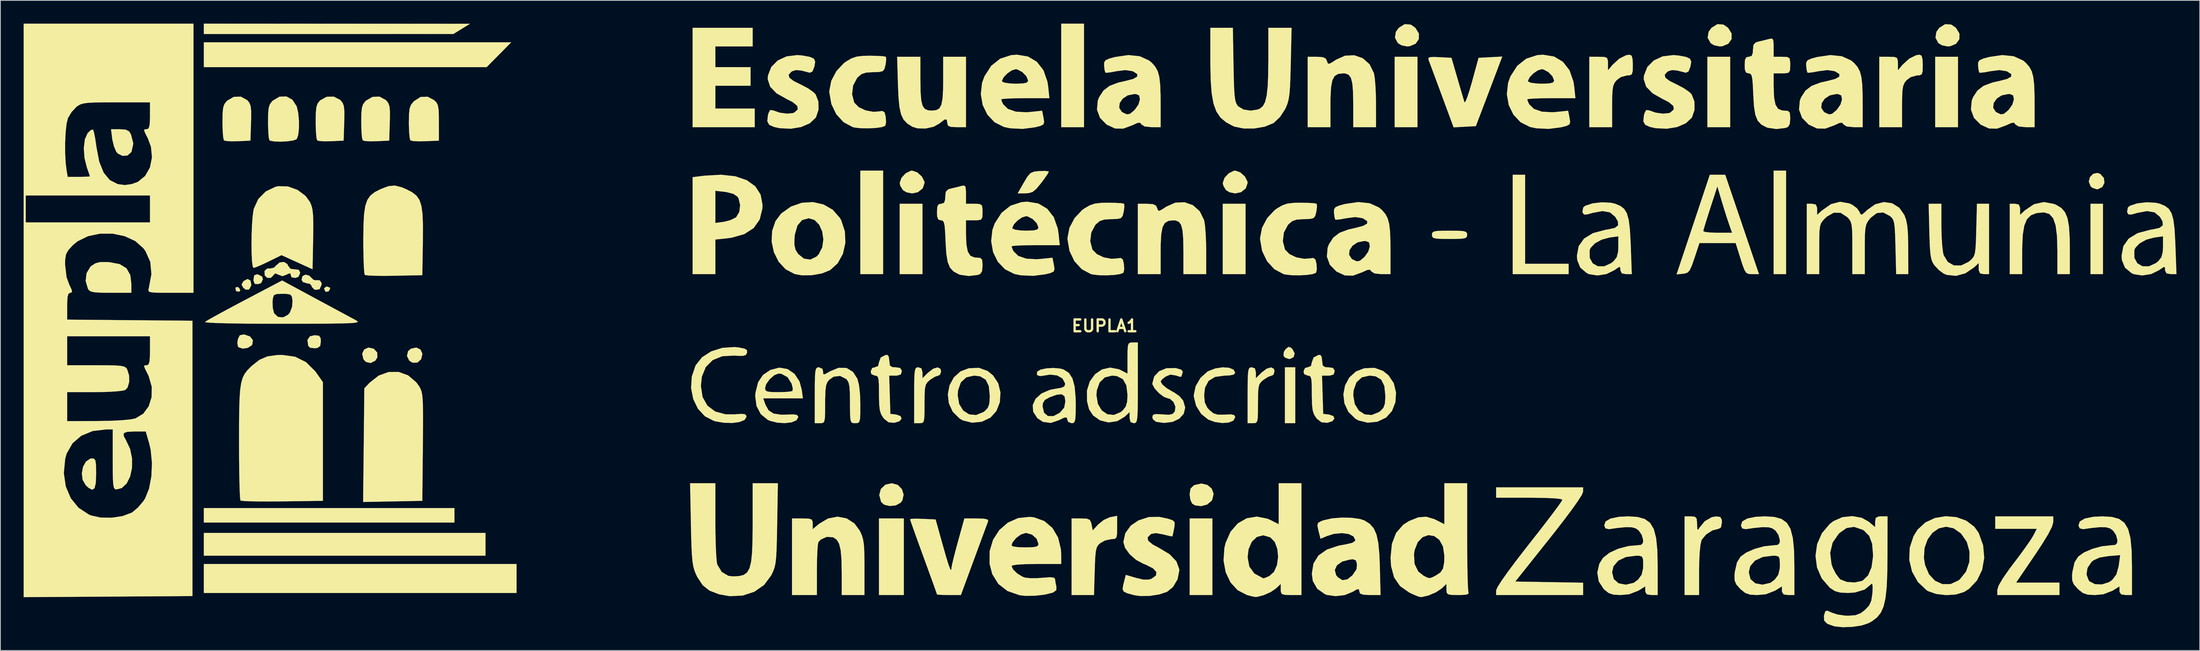
<source format=kicad_pcb>
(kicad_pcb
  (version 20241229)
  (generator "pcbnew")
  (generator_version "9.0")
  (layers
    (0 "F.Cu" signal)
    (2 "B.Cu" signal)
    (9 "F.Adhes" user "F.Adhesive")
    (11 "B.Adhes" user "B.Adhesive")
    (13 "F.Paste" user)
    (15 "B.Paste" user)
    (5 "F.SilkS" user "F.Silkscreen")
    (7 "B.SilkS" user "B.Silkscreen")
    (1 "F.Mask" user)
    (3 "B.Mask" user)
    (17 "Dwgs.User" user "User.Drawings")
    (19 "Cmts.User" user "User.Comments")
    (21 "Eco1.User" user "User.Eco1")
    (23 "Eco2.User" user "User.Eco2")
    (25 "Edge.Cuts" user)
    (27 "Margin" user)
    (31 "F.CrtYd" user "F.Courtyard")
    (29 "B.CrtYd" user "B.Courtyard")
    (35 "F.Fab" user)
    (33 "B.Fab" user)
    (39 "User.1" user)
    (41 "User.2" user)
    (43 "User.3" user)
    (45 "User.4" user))
  (footprint "EUPLA1"
    (layer "F.Cu")
    (at 139.571 39.041)
    (property "Reference" "EUPLA1" (at 0 0 0) (layer "F.SilkS") (effects (font (size 1.524 1.524) (thickness 0.3))))
    (attr through_hole)
    (fp_poly (pts (xy -83.954 25.4) (xy -116.305 25.4) (xy -116.305 23.528) (xy -83.954 23.528) (xy -83.954 25.4)) (stroke (width 0.01) (type solid)) (fill yes) (layer "F.SilkS"))
    (fp_poly (pts (xy -79.943 29.678) (xy -116.305 29.678) (xy -116.305 26.737) (xy -79.943 26.737) (xy -79.943 29.678)) (stroke (width 0.01) (type solid)) (fill yes) (layer "F.SilkS"))
    (fp_poly (pts (xy -75.933 34.491) (xy -116.305 34.491) (xy -116.305 30.747) (xy -75.933 30.747) (xy -75.933 34.491)) (stroke (width 0.01) (type solid)) (fill yes) (layer "F.SilkS"))
    (fp_poly (pts (xy -28.608 -6.684) (xy -31.549 -6.684) (xy -31.549 -20.053) (xy -28.608 -20.053) (xy -28.608 -6.684)) (stroke (width 0.01) (type solid)) (fill yes) (layer "F.SilkS"))
    (fp_poly (pts (xy -25.935 34.758) (xy -29.143 34.758) (xy -29.143 24.865) (xy -25.935 24.865) (xy -25.935 34.758)) (stroke (width 0.01) (type solid)) (fill yes) (layer "F.SilkS"))
    (fp_poly (pts (xy -23.528 -6.684) (xy -26.469 -6.684) (xy -26.469 -15.775) (xy -23.528 -15.775) (xy -23.528 -6.684)) (stroke (width 0.01) (type solid)) (fill yes) (layer "F.SilkS"))
    (fp_poly (pts (xy -2.674 -25.667) (xy -5.615 -25.667) (xy -5.615 -39.036) (xy -2.674 -39.036) (xy -2.674 -25.667)) (stroke (width 0.01) (type solid)) (fill yes) (layer "F.SilkS"))
    (fp_poly (pts (xy 13.903 34.758) (xy 10.962 34.758) (xy 10.962 24.865) (xy 13.903 24.865) (xy 13.903 34.758)) (stroke (width 0.01) (type solid)) (fill yes) (layer "F.SilkS"))
    (fp_poly (pts (xy 18.181 -6.684) (xy 15.24 -6.684) (xy 15.24 -15.775) (xy 18.181 -15.775) (xy 18.181 -6.684)) (stroke (width 0.01) (type solid)) (fill yes) (layer "F.SilkS"))
    (fp_poly (pts (xy 24.598 12.566) (xy 23.261 12.566) (xy 23.261 5.347) (xy 24.598 5.347) (xy 24.598 12.566)) (stroke (width 0.01) (type solid)) (fill yes) (layer "F.SilkS"))
    (fp_poly (pts (xy 40.373 -25.667) (xy 37.432 -25.667) (xy 37.432 -34.758) (xy 40.373 -34.758) (xy 40.373 -25.667)) (stroke (width 0.01) (type solid)) (fill yes) (layer "F.SilkS"))
    (fp_poly (pts (xy 80.745 -25.667) (xy 77.804 -25.667) (xy 77.804 -34.758) (xy 80.745 -34.758) (xy 80.745 -25.667)) (stroke (width 0.01) (type solid)) (fill yes) (layer "F.SilkS"))
    (fp_poly (pts (xy 87.964 -6.684) (xy 86.36 -6.684) (xy 86.36 -20.053) (xy 87.964 -20.053) (xy 87.964 -6.684)) (stroke (width 0.01) (type solid)) (fill yes) (layer "F.SilkS"))
    (fp_poly (pts (xy 110.156 -25.667) (xy 107.215 -25.667) (xy 107.215 -34.758) (xy 110.156 -34.758) (xy 110.156 -25.667)) (stroke (width 0.01) (type solid)) (fill yes) (layer "F.SilkS"))
    (fp_poly (pts (xy 128.872 -6.684) (xy 127.267 -6.684) (xy 127.267 -15.775) (xy 128.872 -15.775) (xy 128.872 -6.684)) (stroke (width 0.01) (type solid)) (fill yes) (layer "F.SilkS"))
    (fp_poly (pts (xy -78.205 -35.025) (xy -79.793 -33.421) (xy -116.305 -33.421) (xy -116.305 -36.629) (xy -76.618 -36.629) (xy -78.205 -35.025)) (stroke (width 0.01) (type solid)) (fill yes) (layer "F.SilkS"))
    (fp_poly (pts (xy -81.948 -39.019) (xy -83.018 -38.36) (xy -84.087 -37.702) (xy -100.196 -37.7) (xy -116.305 -37.699) (xy -116.305 -39.036) (xy -81.948 -39.019)) (stroke (width 0.01) (type solid)) (fill yes) (layer "F.SilkS"))
    (fp_poly (pts (xy 54.276 -8.021) (xy 59.891 -8.021) (xy 59.891 -6.684) (xy 52.672 -6.684) (xy 52.672 -19.518) (xy 54.276 -19.518) (xy 54.276 -8.021)) (stroke (width 0.01) (type solid)) (fill yes) (layer "F.SilkS"))
    (fp_poly (pts (xy -111.732 -4.892) (xy -111.601 -4.557) (xy -111.718 -4.437) (xy -112.08 -4.461) (xy -112.169 -4.559) (xy -112.232 -4.938) (xy -111.973 -5.04) (xy -111.732 -4.892)) (stroke (width 0.01) (type solid)) (fill yes) (layer "F.SilkS"))
    (fp_poly (pts (xy -100.041 -4.944) (xy -99.996 -4.828) (xy -100.173 -4.479) (xy -100.516 -4.396) (xy -100.627 -4.463) (xy -100.79 -4.852) (xy -100.503 -5.072) (xy -100.397 -5.08) (xy -100.041 -4.944)) (stroke (width 0.01) (type solid)) (fill yes) (layer "F.SilkS"))
    (fp_poly (pts (xy -110.288 -5.861) (xy -110.18 -5.318) (xy -110.198 -5.197) (xy -110.465 -4.702) (xy -110.902 -4.681) (xy -111.229 -4.951) (xy -111.434 -5.347) (xy -111.22 -5.731) (xy -111.137 -5.817) (xy -110.655 -6.059) (xy -110.288 -5.861)) (stroke (width 0.01) (type solid)) (fill yes) (layer "F.SilkS"))
    (fp_poly (pts (xy -109.287 -6.636) (xy -108.784 -6.37) (xy -108.685 -6.016) (xy -108.904 -5.538) (xy -109.287 -5.396) (xy -109.732 -5.429) (xy -109.882 -5.802) (xy -109.888 -6.016) (xy -109.806 -6.527) (xy -109.47 -6.654) (xy -109.287 -6.636)) (stroke (width 0.01) (type solid)) (fill yes) (layer "F.SilkS"))
    (fp_poly (pts (xy -94.362 2.951) (xy -93.921 3.439) (xy -93.906 4.072) (xy -94.167 4.492) (xy -94.774 4.794) (xy -95.386 4.652) (xy -95.708 4.297) (xy -95.863 3.589) (xy -95.608 3.048) (xy -95.065 2.795) (xy -94.362 2.951)) (stroke (width 0.01) (type solid)) (fill yes) (layer "F.SilkS"))
    (fp_poly (pts (xy -88.338 3.051) (xy -88.086 3.594) (xy -88.242 4.297) (xy -88.73 4.737) (xy -89.362 4.753) (xy -89.782 4.492) (xy -90.084 3.885) (xy -89.943 3.273) (xy -89.588 2.951) (xy -88.88 2.796) (xy -88.338 3.051)) (stroke (width 0.01) (type solid)) (fill yes) (layer "F.SilkS"))
    (fp_poly (pts (xy -101.432 1.27) (xy -101.223 1.583) (xy -101.199 2.005) (xy -101.28 2.592) (xy -101.627 2.839) (xy -101.936 2.892) (xy -102.59 2.821) (xy -102.827 2.574) (xy -102.933 1.82) (xy -102.606 1.344) (xy -101.997 1.203) (xy -101.432 1.27)) (stroke (width 0.01) (type solid)) (fill yes) (layer "F.SilkS"))
    (fp_poly (pts (xy 24.044 2.818) (xy 24.233 2.997) (xy 24.523 3.546) (xy 24.389 4.032) (xy 23.891 4.274) (xy 23.796 4.278) (xy 23.274 4.097) (xy 23.082 3.856) (xy 23.124 3.353) (xy 23.358 2.997) (xy 23.732 2.703) (xy 24.044 2.818)) (stroke (width 0.01) (type solid)) (fill yes) (layer "F.SilkS"))
    (fp_poly (pts (xy -45.453 -36.095) (xy -50.265 -36.095) (xy -50.265 -33.421) (xy -45.72 -33.421) (xy -45.72 -31.015) (xy -50.265 -31.015) (xy -50.265 -28.074) (xy -45.185 -28.074) (xy -45.185 -25.667) (xy -53.206 -25.667) (xy -53.206 -38.501) (xy -45.453 -38.501) (xy -45.453 -36.095)) (stroke (width 0.01) (type solid)) (fill yes) (layer "F.SilkS"))
    (fp_poly (pts (xy 128.537 -19.622) (xy 128.992 -19.098) (xy 129.062 -18.477) (xy 128.79 -17.937) (xy 128.218 -17.656) (xy 128.069 -17.646) (xy 127.504 -17.839) (xy 127.278 -18.035) (xy 127.044 -18.631) (xy 127.19 -19.213) (xy 127.601 -19.637) (xy 128.163 -19.76) (xy 128.537 -19.622)) (stroke (width 0.01) (type solid)) (fill yes) (layer "F.SilkS"))
    (fp_poly (pts (xy -111.042 1.119) (xy -110.341 1.369) (xy -109.979 1.831) (xy -110.04 2.376) (xy -110.137 2.518) (xy -110.646 2.841) (xy -111.285 2.931) (xy -111.803 2.769) (xy -111.903 2.658) (xy -111.977 2.204) (xy -111.91 1.706) (xy -111.666 1.211) (xy -111.172 1.107) (xy -111.042 1.119)) (stroke (width 0.01) (type solid)) (fill yes) (layer "F.SilkS"))
    (fp_poly (pts (xy -26.716 20.537) (xy -26.181 21.083) (xy -25.96 21.801) (xy -26.123 22.534) (xy -26.355 22.841) (xy -26.976 23.179) (xy -27.753 23.26) (xy -28.466 23.093) (xy -28.866 22.744) (xy -29.108 21.844) (xy -28.901 21.058) (xy -28.315 20.509) (xy -27.492 20.32) (xy -26.716 20.537)) (stroke (width 0.01) (type solid)) (fill yes) (layer "F.SilkS"))
    (fp_poly (pts (xy 39.515 -38.913) (xy 40.105 -38.501) (xy 40.56 -37.758) (xy 40.549 -37.028) (xy 40.132 -36.439) (xy 39.364 -36.119) (xy 39.036 -36.095) (xy 38.321 -36.237) (xy 37.852 -36.515) (xy 37.469 -37.217) (xy 37.588 -37.983) (xy 37.966 -38.501) (xy 38.73 -38.972) (xy 39.515 -38.913)) (stroke (width 0.01) (type solid)) (fill yes) (layer "F.SilkS"))
    (fp_poly (pts (xy 79.888 -38.913) (xy 80.478 -38.501) (xy 80.932 -37.758) (xy 80.922 -37.028) (xy 80.504 -36.439) (xy 79.736 -36.119) (xy 79.408 -36.095) (xy 78.693 -36.237) (xy 78.224 -36.515) (xy 77.841 -37.217) (xy 77.961 -37.983) (xy 78.339 -38.501) (xy 79.103 -38.972) (xy 79.888 -38.913)) (stroke (width 0.01) (type solid)) (fill yes) (layer "F.SilkS"))
    (fp_poly (pts (xy 109.298 -38.913) (xy 109.888 -38.501) (xy 110.343 -37.758) (xy 110.332 -37.028) (xy 109.915 -36.439) (xy 109.147 -36.119) (xy 108.819 -36.095) (xy 108.104 -36.237) (xy 107.635 -36.515) (xy 107.252 -37.217) (xy 107.372 -37.983) (xy 107.749 -38.501) (xy 108.513 -38.972) (xy 109.298 -38.913)) (stroke (width 0.01) (type solid)) (fill yes) (layer "F.SilkS"))
    (fp_poly (pts (xy -126.386 -25.346) (xy -125.957 -25.124) (xy -125.706 -24.719) (xy -125.411 -23.556) (xy -125.637 -22.511) (xy -125.673 -22.441) (xy -126.157 -22.011) (xy -126.808 -21.958) (xy -127.425 -22.274) (xy -127.631 -22.526) (xy -127.906 -23.18) (xy -128.115 -24.049) (xy -128.146 -24.264) (xy -128.286 -25.4) (xy -127.151 -25.4) (xy -126.386 -25.346)) (stroke (width 0.01) (type solid)) (fill yes) (layer "F.SilkS"))
    (fp_poly (pts (xy -24.207 -19.83) (xy -23.611 -19.293) (xy -23.28 -18.64) (xy -23.261 -18.468) (xy -23.5 -17.758) (xy -24.122 -17.267) (xy -24.865 -17.112) (xy -25.58 -17.254) (xy -26.049 -17.532) (xy -26.395 -18.1) (xy -26.469 -18.468) (xy -26.244 -19.118) (xy -25.701 -19.706) (xy -25.04 -20.034) (xy -24.865 -20.053) (xy -24.207 -19.83)) (stroke (width 0.01) (type solid)) (fill yes) (layer "F.SilkS"))
    (fp_poly (pts (xy 17.503 -19.83) (xy 18.098 -19.293) (xy 18.43 -18.64) (xy 18.448 -18.468) (xy 18.209 -17.758) (xy 17.587 -17.267) (xy 16.844 -17.112) (xy 16.129 -17.254) (xy 15.66 -17.532) (xy 15.315 -18.1) (xy 15.24 -18.468) (xy 15.465 -19.118) (xy 16.009 -19.706) (xy 16.67 -20.034) (xy 16.844 -20.053) (xy 17.503 -19.83)) (stroke (width 0.01) (type solid)) (fill yes) (layer "F.SilkS"))
    (fp_poly (pts (xy -130.462 17.163) (xy -130.306 17.39) (xy -130.231 17.903) (xy -130.209 18.813) (xy -130.208 19.117) (xy -130.254 20.285) (xy -130.411 20.956) (xy -130.707 21.16) (xy -131.17 20.929) (xy -131.545 20.587) (xy -131.949 19.896) (xy -132.057 19.053) (xy -131.905 18.211) (xy -131.53 17.523) (xy -130.967 17.143) (xy -130.728 17.112) (xy -130.462 17.163)) (stroke (width 0.01) (type solid)) (fill yes) (layer "F.SilkS"))
    (fp_poly (pts (xy 13.26 20.545) (xy 13.816 21.018) (xy 14.058 21.682) (xy 13.884 22.443) (xy 13.801 22.582) (xy 13.215 23.072) (xy 12.42 23.28) (xy 11.647 23.173) (xy 11.283 22.94) (xy 11.059 22.464) (xy 10.962 21.756) (xy 10.962 21.731) (xy 11.074 21.021) (xy 11.483 20.611) (xy 11.611 20.548) (xy 12.491 20.357) (xy 13.26 20.545)) (stroke (width 0.01) (type solid)) (fill yes) (layer "F.SilkS"))
    (fp_poly (pts (xy -7.277 -19.958) (xy -7.219 -19.909) (xy -7.37 -19.622) (xy -7.763 -19.049) (xy -8.222 -18.435) (xy -8.832 -17.696) (xy -9.314 -17.301) (xy -9.827 -17.146) (xy -10.232 -17.123) (xy -11.24 -17.112) (xy -10.44 -18.515) (xy -9.967 -19.299) (xy -9.583 -19.729) (xy -9.125 -19.923) (xy -8.434 -20) (xy -8.43 -20) (xy -7.711 -20.015) (xy -7.277 -19.958)) (stroke (width 0.01) (type solid)) (fill yes) (layer "F.SilkS"))
    (fp_poly (pts (xy -102.72 -6.504) (xy -102.527 -6.317) (xy -102.162 -5.966) (xy -101.964 -5.904) (xy -101.334 -5.886) (xy -101.102 -5.521) (xy -101.114 -5.301) (xy -101.355 -4.745) (xy -101.855 -4.656) (xy -102.068 -4.724) (xy -102.378 -5.058) (xy -102.402 -5.19) (xy -102.627 -5.443) (xy -102.995 -5.502) (xy -103.528 -5.672) (xy -103.684 -5.95) (xy -103.584 -6.413) (xy -103.193 -6.62) (xy -102.72 -6.504)) (stroke (width 0.01) (type solid)) (fill yes) (layer "F.SilkS"))
    (fp_poly (pts (xy -128.497 -8.228) (xy -127.18 -7.983) (xy -126.294 -7.445) (xy -125.801 -6.576) (xy -125.663 -5.466) (xy -125.663 -4.278) (xy -128.327 -4.278) (xy -129.563 -4.289) (xy -130.372 -4.334) (xy -130.86 -4.433) (xy -131.135 -4.603) (xy -131.268 -4.795) (xy -131.561 -5.801) (xy -131.447 -6.808) (xy -130.957 -7.63) (xy -130.81 -7.76) (xy -130.28 -8.097) (xy -129.682 -8.246) (xy -128.816 -8.248) (xy -128.497 -8.228)) (stroke (width 0.01) (type solid)) (fill yes) (layer "F.SilkS"))
    (fp_poly (pts (xy 45.622 -12.289) (xy 46.297 -12.243) (xy 46.646 -12.136) (xy 46.775 -11.943) (xy 46.789 -11.764) (xy 46.747 -11.504) (xy 46.551 -11.345) (xy 46.095 -11.263) (xy 45.276 -11.233) (xy 44.517 -11.229) (xy 43.412 -11.239) (xy 42.737 -11.286) (xy 42.387 -11.393) (xy 42.259 -11.586) (xy 42.244 -11.764) (xy 42.287 -12.024) (xy 42.483 -12.183) (xy 42.939 -12.265) (xy 43.757 -12.296) (xy 44.517 -12.299) (xy 45.622 -12.289)) (stroke (width 0.01) (type solid)) (fill yes) (layer "F.SilkS"))
    (fp_poly (pts (xy -89.929 6.39) (xy -88.882 7.279) (xy -88.495 7.818) (xy -88.333 8.111) (xy -88.208 8.441) (xy -88.117 8.877) (xy -88.056 9.486) (xy -88.02 10.337) (xy -88.005 11.499) (xy -88.008 13.041) (xy -88.024 15.031) (xy -88.03 15.641) (xy -88.098 22.593) (xy -91.92 22.667) (xy -95.742 22.741) (xy -95.663 15.402) (xy -95.584 8.063) (xy -94.916 7.348) (xy -93.739 6.418) (xy -92.453 5.952) (xy -91.151 5.945) (xy -89.929 6.39)) (stroke (width 0.01) (type solid)) (fill yes) (layer "F.SilkS"))
    (fp_poly (pts (xy -86.59 -29.167) (xy -86.285 -28.875) (xy -86.098 -28.515) (xy -86 -27.96) (xy -85.963 -27.081) (xy -85.959 -26.293) (xy -85.959 -23.929) (xy -87.708 -23.852) (xy -88.632 -23.839) (xy -89.334 -23.881) (xy -89.647 -23.963) (xy -89.736 -24.303) (xy -89.802 -25.035) (xy -89.835 -26.015) (xy -89.836 -26.259) (xy -89.818 -27.354) (xy -89.741 -28.065) (xy -89.569 -28.542) (xy -89.266 -28.933) (xy -89.18 -29.022) (xy -88.321 -29.573) (xy -87.41 -29.599) (xy -86.59 -29.167)) (stroke (width 0.01) (type solid)) (fill yes) (layer "F.SilkS"))
    (fp_poly (pts (xy -110.717 -29.168) (xy -110.68 -29.133) (xy -110.414 -28.803) (xy -110.26 -28.383) (xy -110.195 -27.741) (xy -110.198 -26.747) (xy -110.212 -26.259) (xy -110.289 -23.929) (xy -111.905 -23.851) (xy -112.792 -23.839) (xy -113.454 -23.886) (xy -113.709 -23.963) (xy -113.797 -24.302) (xy -113.864 -25.035) (xy -113.897 -26.023) (xy -113.899 -26.334) (xy -113.882 -27.45) (xy -113.811 -28.173) (xy -113.653 -28.643) (xy -113.378 -29.001) (xy -113.28 -29.097) (xy -112.434 -29.584) (xy -111.527 -29.608) (xy -110.717 -29.168)) (stroke (width 0.01) (type solid)) (fill yes) (layer "F.SilkS"))
    (fp_poly (pts (xy -98.712 -29.194) (xy -98.649 -29.133) (xy -98.383 -28.803) (xy -98.228 -28.383) (xy -98.163 -27.741) (xy -98.166 -26.747) (xy -98.181 -26.259) (xy -98.258 -23.929) (xy -99.873 -23.851) (xy -100.761 -23.839) (xy -101.422 -23.886) (xy -101.678 -23.963) (xy -101.765 -24.301) (xy -101.831 -25.036) (xy -101.865 -26.027) (xy -101.867 -26.37) (xy -101.85 -27.502) (xy -101.779 -28.236) (xy -101.625 -28.709) (xy -101.359 -29.058) (xy -101.282 -29.133) (xy -100.45 -29.591) (xy -99.53 -29.611) (xy -98.712 -29.194)) (stroke (width 0.01) (type solid)) (fill yes) (layer "F.SilkS"))
    (fp_poly (pts (xy -92.803 -29.168) (xy -92.767 -29.133) (xy -92.501 -28.803) (xy -92.346 -28.383) (xy -92.281 -27.741) (xy -92.284 -26.747) (xy -92.299 -26.259) (xy -92.376 -23.929) (xy -93.991 -23.851) (xy -94.878 -23.839) (xy -95.54 -23.886) (xy -95.796 -23.963) (xy -95.884 -24.302) (xy -95.95 -25.035) (xy -95.983 -26.023) (xy -95.985 -26.334) (xy -95.968 -27.45) (xy -95.897 -28.173) (xy -95.739 -28.643) (xy -95.464 -29.001) (xy -95.366 -29.097) (xy -94.52 -29.584) (xy -93.614 -29.608) (xy -92.803 -29.168)) (stroke (width 0.01) (type solid)) (fill yes) (layer "F.SilkS"))
    (fp_poly (pts (xy 122.455 25.353) (xy 122.294 25.936) (xy 121.808 26.89) (xy 120.99 28.23) (xy 120.06 29.631) (xy 117.666 33.154) (xy 123.257 33.154) (xy 123.257 34.758) (xy 115.236 34.758) (xy 115.236 34.079) (xy 115.418 33.514) (xy 115.952 32.597) (xy 116.818 31.359) (xy 117.338 30.67) (xy 118.181 29.553) (xy 118.939 28.506) (xy 119.532 27.646) (xy 119.877 27.086) (xy 119.885 27.071) (xy 120.33 26.202) (xy 114.968 26.202) (xy 114.968 24.598) (xy 122.455 24.598) (xy 122.455 25.353)) (stroke (width 0.01) (type solid)) (fill yes) (layer "F.SilkS"))
    (fp_poly (pts (xy -104.873 -29.212) (xy -104.324 -28.369) (xy -104.302 -28.307) (xy -104.117 -27.489) (xy -104.026 -26.489) (xy -104.029 -25.48) (xy -104.124 -24.637) (xy -104.311 -24.134) (xy -104.327 -24.117) (xy -104.742 -23.954) (xy -105.485 -23.844) (xy -106.361 -23.796) (xy -107.175 -23.816) (xy -107.732 -23.913) (xy -107.839 -23.974) (xy -107.921 -24.308) (xy -107.984 -25.036) (xy -108.015 -26.021) (xy -108.017 -26.334) (xy -108 -27.45) (xy -107.929 -28.173) (xy -107.771 -28.643) (xy -107.496 -29.001) (xy -107.398 -29.097) (xy -106.534 -29.608) (xy -105.651 -29.636) (xy -104.873 -29.212)) (stroke (width 0.01) (type solid)) (fill yes) (layer "F.SilkS"))
    (fp_poly (pts (xy 68.021 -34.898) (xy 68.149 -34.444) (xy 68.179 -33.688) (xy 68.16 -32.897) (xy 68.052 -32.502) (xy 67.776 -32.366) (xy 67.423 -32.352) (xy 66.622 -32.132) (xy 66.087 -31.733) (xy 65.819 -31.393) (xy 65.648 -30.982) (xy 65.553 -30.377) (xy 65.513 -29.458) (xy 65.505 -28.391) (xy 65.505 -25.667) (xy 62.564 -25.667) (xy 62.564 -34.758) (xy 63.767 -34.758) (xy 64.507 -34.736) (xy 64.857 -34.602) (xy 64.964 -34.249) (xy 64.972 -33.889) (xy 64.973 -33.02) (xy 65.573 -33.73) (xy 66.432 -34.517) (xy 67.333 -34.962) (xy 67.76 -35.025) (xy 68.021 -34.898)) (stroke (width 0.01) (type solid)) (fill yes) (layer "F.SilkS"))
    (fp_poly (pts (xy 105.452 -34.898) (xy 105.58 -34.444) (xy 105.611 -33.688) (xy 105.592 -32.897) (xy 105.483 -32.502) (xy 105.208 -32.366) (xy 104.855 -32.352) (xy 104.053 -32.132) (xy 103.518 -31.733) (xy 103.251 -31.393) (xy 103.08 -30.982) (xy 102.985 -30.377) (xy 102.944 -29.458) (xy 102.937 -28.391) (xy 102.937 -25.667) (xy 99.996 -25.667) (xy 99.996 -34.758) (xy 101.199 -34.758) (xy 101.938 -34.736) (xy 102.289 -34.602) (xy 102.396 -34.249) (xy 102.403 -33.889) (xy 102.405 -33.02) (xy 103.005 -33.73) (xy 103.864 -34.517) (xy 104.764 -34.962) (xy 105.192 -35.025) (xy 105.452 -34.898)) (stroke (width 0.01) (type solid)) (fill yes) (layer "F.SilkS"))
    (fp_poly (pts (xy 1.604 26.035) (xy 1.591 26.888) (xy 1.506 27.336) (xy 1.283 27.51) (xy 0.855 27.539) (xy 0.832 27.539) (xy 0.045 27.71) (xy -0.572 28.05) (xy -0.845 28.307) (xy -1.031 28.627) (xy -1.15 29.116) (xy -1.224 29.88) (xy -1.274 31.027) (xy -1.293 31.659) (xy -1.383 34.758) (xy -4.278 34.758) (xy -4.278 24.865) (xy -3.068 24.865) (xy -2.315 24.896) (xy -1.931 25.049) (xy -1.752 25.419) (xy -1.703 25.64) (xy -1.548 26.415) (xy -0.841 25.64) (xy -0.139 25.075) (xy 0.644 24.718) (xy 0.735 24.697) (xy 1.604 24.531) (xy 1.604 26.035)) (stroke (width 0.01) (type solid)) (fill yes) (layer "F.SilkS"))
    (fp_poly (pts (xy 76.192 24.645) (xy 76.419 24.893) (xy 76.474 25.498) (xy 76.475 25.601) (xy 76.499 26.212) (xy 76.584 26.351) (xy 76.77 26.083) (xy 76.778 26.068) (xy 77.472 25.221) (xy 78.366 24.704) (xy 78.941 24.604) (xy 79.463 24.674) (xy 79.655 25.006) (xy 79.676 25.4) (xy 79.562 26.028) (xy 79.261 26.202) (xy 78.448 26.413) (xy 77.638 26.939) (xy 77.078 27.615) (xy 77.054 27.665) (xy 76.911 28.264) (xy 76.805 29.292) (xy 76.745 30.644) (xy 76.735 31.562) (xy 76.735 34.758) (xy 74.863 34.758) (xy 74.863 24.598) (xy 75.665 24.598) (xy 76.192 24.645)) (stroke (width 0.01) (type solid)) (fill yes) (layer "F.SilkS"))
    (fp_poly (pts (xy -105.521 -7.984) (xy -105.426 -7.774) (xy -105.119 -7.373) (xy -104.582 -7.306) (xy -104.046 -7.245) (xy -103.875 -6.899) (xy -103.873 -6.818) (xy -104.091 -6.34) (xy -104.474 -6.198) (xy -104.969 -6.266) (xy -105.076 -6.534) (xy -105.147 -6.808) (xy -105.455 -6.716) (xy -105.611 -6.622) (xy -106.169 -6.424) (xy -106.656 -6.607) (xy -107.082 -6.787) (xy -107.3 -6.579) (xy -107.316 -6.538) (xy -107.668 -6.198) (xy -108.144 -6.216) (xy -108.45 -6.538) (xy -108.467 -7.099) (xy -108.121 -7.415) (xy -107.761 -7.412) (xy -107.255 -7.518) (xy -106.987 -7.79) (xy -106.514 -8.196) (xy -105.956 -8.26) (xy -105.521 -7.984)) (stroke (width 0.01) (type solid)) (fill yes) (layer "F.SilkS"))
    (fp_poly (pts (xy -105.444 -18.011) (xy -104.212 -17.563) (xy -103.173 -16.788) (xy -102.609 -16.012) (xy -102.413 -15.55) (xy -102.28 -15.013) (xy -102.204 -14.297) (xy -102.174 -13.298) (xy -102.182 -11.912) (xy -102.194 -11.18) (xy -102.268 -7.315) (xy -106.279 -9.137) (xy -107.955 -8.312) (xy -108.828 -7.899) (xy -109.521 -7.603) (xy -109.889 -7.486) (xy -109.893 -7.486) (xy -110.008 -7.734) (xy -110.089 -8.403) (xy -110.137 -9.38) (xy -110.152 -10.552) (xy -110.136 -11.805) (xy -110.087 -13.029) (xy -110.008 -14.108) (xy -109.898 -14.931) (xy -109.857 -15.122) (xy -109.279 -16.383) (xy -108.31 -17.365) (xy -107.064 -17.963) (xy -106.694 -18.045) (xy -105.444 -18.011)) (stroke (width 0.01) (type solid)) (fill yes) (layer "F.SilkS"))
    (fp_poly (pts (xy -90.767 -17.905) (xy -90.176 -17.656) (xy -89.425 -17.27) (xy -88.865 -16.833) (xy -88.469 -16.267) (xy -88.213 -15.491) (xy -88.071 -14.426) (xy -88.017 -12.993) (xy -88.026 -11.111) (xy -88.028 -10.962) (xy -88.098 -6.551) (xy -91.722 -6.476) (xy -93.065 -6.462) (xy -94.21 -6.475) (xy -95.056 -6.512) (xy -95.497 -6.57) (xy -95.532 -6.588) (xy -95.595 -6.905) (xy -95.649 -7.663) (xy -95.689 -8.767) (xy -95.713 -10.122) (xy -95.717 -11.074) (xy -95.697 -12.975) (xy -95.621 -14.424) (xy -95.462 -15.499) (xy -95.193 -16.282) (xy -94.786 -16.853) (xy -94.216 -17.292) (xy -93.507 -17.656) (xy -92.485 -18.047) (xy -91.654 -18.13) (xy -90.767 -17.905)) (stroke (width 0.01) (type solid)) (fill yes) (layer "F.SilkS"))
    (fp_poly (pts (xy 50.685 -33.1) (xy 50.313 -32.117) (xy 49.826 -30.831) (xy 49.299 -29.442) (xy 48.982 -28.608) (xy 47.914 -25.801) (xy 46.477 -25.723) (xy 45.04 -25.644) (xy 43.529 -29.733) (xy 43.005 -31.148) (xy 42.537 -32.412) (xy 42.158 -33.428) (xy 41.907 -34.101) (xy 41.829 -34.304) (xy 41.775 -34.571) (xy 41.954 -34.704) (xy 42.472 -34.734) (xy 43.204 -34.705) (xy 44.766 -34.624) (xy 45.542 -31.951) (xy 45.879 -30.794) (xy 46.169 -29.805) (xy 46.376 -29.113) (xy 46.449 -28.876) (xy 46.564 -28.958) (xy 46.782 -29.474) (xy 47.071 -30.34) (xy 47.402 -31.473) (xy 47.423 -31.549) (xy 48.264 -34.624) (xy 49.792 -34.704) (xy 51.321 -34.784) (xy 50.685 -33.1)) (stroke (width 0.01) (type solid)) (fill yes) (layer "F.SilkS"))
    (fp_poly (pts (xy -47.695 -19.324) (xy -46.209 -18.818) (xy -45.109 -18.021) (xy -44.422 -16.95) (xy -44.177 -15.62) (xy -44.196 -15.153) (xy -44.547 -13.735) (xy -45.324 -12.636) (xy -46.531 -11.855) (xy -48.167 -11.39) (xy -48.788 -11.307) (xy -50.265 -11.155) (xy -50.265 -6.684) (xy -53.206 -6.684) (xy -53.206 -13.298) (xy -50.265 -13.298) (xy -49.175 -13.444) (xy -48.342 -13.652) (xy -47.668 -13.979) (xy -47.571 -14.056) (xy -47.174 -14.73) (xy -47.069 -15.614) (xy -47.273 -16.461) (xy -47.407 -16.687) (xy -47.948 -17.054) (xy -48.864 -17.288) (xy -49.012 -17.307) (xy -50.265 -17.448) (xy -50.265 -13.298) (xy -53.206 -13.298) (xy -53.206 -19.212) (xy -51.706 -19.399) (xy -49.537 -19.523) (xy -47.695 -19.324)) (stroke (width 0.01) (type solid)) (fill yes) (layer "F.SilkS"))
    (fp_poly (pts (xy 61.75 21.456) (xy 61.578 21.853) (xy 61.091 22.616) (xy 60.319 23.706) (xy 59.292 25.079) (xy 58.039 26.695) (xy 57.37 27.539) (xy 53.004 33.02) (xy 57.383 33.093) (xy 61.762 33.167) (xy 61.762 34.758) (xy 50.533 34.758) (xy 50.533 34.156) (xy 50.702 33.748) (xy 51.193 32.966) (xy 51.981 31.846) (xy 53.041 30.42) (xy 54.35 28.724) (xy 54.811 28.138) (xy 55.966 26.665) (xy 57.003 25.324) (xy 57.878 24.174) (xy 58.546 23.272) (xy 58.963 22.678) (xy 59.088 22.456) (xy 58.829 22.352) (xy 58.083 22.272) (xy 56.898 22.218) (xy 55.321 22.193) (xy 54.811 22.192) (xy 50.533 22.192) (xy 50.533 20.855) (xy 61.762 20.855) (xy 61.75 21.456)) (stroke (width 0.01) (type solid)) (fill yes) (layer "F.SilkS"))
    (fp_poly (pts (xy -104.533 3.978) (xy -103.125 4.673) (xy -101.933 5.851) (xy -101.745 6.107) (xy -100.932 7.264) (xy -100.932 22.593) (xy -106.162 22.665) (xy -107.783 22.678) (xy -109.219 22.673) (xy -110.384 22.65) (xy -111.195 22.612) (xy -111.565 22.561) (xy -111.576 22.554) (xy -111.624 22.248) (xy -111.668 21.478) (xy -111.705 20.316) (xy -111.734 18.83) (xy -111.753 17.093) (xy -111.76 15.175) (xy -111.76 15.053) (xy -111.756 12.713) (xy -111.738 10.842) (xy -111.694 9.374) (xy -111.613 8.241) (xy -111.485 7.38) (xy -111.299 6.722) (xy -111.043 6.203) (xy -110.707 5.755) (xy -110.279 5.314) (xy -110.121 5.163) (xy -109.136 4.385) (xy -108.102 3.94) (xy -106.827 3.76) (xy -106.195 3.748) (xy -104.533 3.978)) (stroke (width 0.01) (type solid)) (fill yes) (layer "F.SilkS"))
    (fp_poly (pts (xy -23.652 5.495) (xy -23.529 6.016) (xy -23.528 6.052) (xy -23.528 6.757) (xy -22.824 6.052) (xy -22.146 5.53) (xy -21.572 5.358) (xy -21.203 5.546) (xy -21.122 5.882) (xy -21.274 6.316) (xy -21.487 6.417) (xy -21.937 6.572) (xy -22.527 6.948) (xy -22.557 6.971) (xy -22.886 7.261) (xy -23.092 7.583) (xy -23.205 8.063) (xy -23.252 8.823) (xy -23.261 9.99) (xy -23.261 10.046) (xy -23.266 11.217) (xy -23.298 11.954) (xy -23.384 12.358) (xy -23.55 12.528) (xy -23.824 12.566) (xy -23.929 12.566) (xy -24.598 12.566) (xy -24.598 8.957) (xy -24.594 7.506) (xy -24.573 6.507) (xy -24.523 5.875) (xy -24.431 5.527) (xy -24.285 5.379) (xy -24.074 5.347) (xy -24.063 5.347) (xy -23.652 5.495)) (stroke (width 0.01) (type solid)) (fill yes) (layer "F.SilkS"))
    (fp_poly (pts (xy 19.394 5.495) (xy 19.518 6.016) (xy 19.518 6.052) (xy 19.518 6.757) (xy 20.223 6.052) (xy 20.9 5.53) (xy 21.475 5.358) (xy 21.843 5.546) (xy 21.924 5.882) (xy 21.772 6.316) (xy 21.559 6.417) (xy 21.109 6.572) (xy 20.519 6.948) (xy 20.49 6.971) (xy 20.16 7.261) (xy 19.954 7.583) (xy 19.841 8.063) (xy 19.795 8.823) (xy 19.785 9.99) (xy 19.785 10.046) (xy 19.781 11.217) (xy 19.749 11.954) (xy 19.663 12.358) (xy 19.496 12.528) (xy 19.223 12.566) (xy 19.117 12.566) (xy 18.448 12.566) (xy 18.448 8.957) (xy 18.453 7.506) (xy 18.474 6.507) (xy 18.524 5.875) (xy 18.615 5.527) (xy 18.761 5.379) (xy 18.973 5.347) (xy 18.983 5.347) (xy 19.394 5.495)) (stroke (width 0.01) (type solid)) (fill yes) (layer "F.SilkS"))
    (fp_poly (pts (xy 122.556 -15.752) (xy 122.862 -15.62) (xy 123.511 -15.221) (xy 123.981 -14.676) (xy 124.299 -13.903) (xy 124.49 -12.821) (xy 124.578 -11.346) (xy 124.594 -10.053) (xy 124.594 -6.684) (xy 122.989 -6.684) (xy 122.989 -9.772) (xy 122.937 -11.618) (xy 122.762 -12.984) (xy 122.439 -13.916) (xy 121.941 -14.461) (xy 121.243 -14.664) (xy 120.319 -14.572) (xy 120.29 -14.566) (xy 119.575 -14.289) (xy 119.058 -13.774) (xy 118.716 -12.953) (xy 118.521 -11.757) (xy 118.448 -10.117) (xy 118.445 -9.692) (xy 118.444 -6.684) (xy 116.84 -6.684) (xy 116.84 -15.775) (xy 117.508 -15.775) (xy 118.006 -15.674) (xy 118.17 -15.264) (xy 118.177 -15.06) (xy 118.177 -14.345) (xy 118.778 -14.908) (xy 119.966 -15.712) (xy 121.237 -15.995) (xy 122.556 -15.752)) (stroke (width 0.01) (type solid)) (fill yes) (layer "F.SilkS"))
    (fp_poly (pts (xy 11.39 -15.587) (xy 12.27 -14.804) (xy 12.831 -13.661) (xy 12.833 -13.656) (xy 12.942 -12.995) (xy 13.03 -11.956) (xy 13.085 -10.697) (xy 13.1 -9.692) (xy 13.101 -6.684) (xy 10.16 -6.684) (xy 10.16 -9.643) (xy 10.135 -11.21) (xy 10.045 -12.317) (xy 9.864 -13.038) (xy 9.57 -13.447) (xy 9.138 -13.617) (xy 8.855 -13.636) (xy 8.212 -13.56) (xy 7.758 -13.285) (xy 7.462 -12.736) (xy 7.295 -11.839) (xy 7.226 -10.521) (xy 7.219 -9.671) (xy 7.219 -6.684) (xy 4.278 -6.684) (xy 4.278 -15.775) (xy 5.45 -15.775) (xy 6.22 -15.726) (xy 6.614 -15.539) (xy 6.764 -15.232) (xy 6.876 -14.921) (xy 7.073 -14.869) (xy 7.489 -15.093) (xy 7.931 -15.39) (xy 9.112 -15.919) (xy 10.302 -15.971) (xy 11.39 -15.587)) (stroke (width 0.01) (type solid)) (fill yes) (layer "F.SilkS"))
    (fp_poly (pts (xy 16.041 5.406) (xy 16.63 5.646) (xy 16.844 6.044) (xy 16.667 6.284) (xy 16.086 6.399) (xy 15.495 6.417) (xy 14.25 6.585) (xy 13.406 7.102) (xy 12.943 7.987) (xy 12.834 8.957) (xy 12.919 9.887) (xy 13.236 10.55) (xy 13.515 10.866) (xy 14.026 11.285) (xy 14.585 11.462) (xy 15.419 11.462) (xy 15.52 11.455) (xy 16.327 11.43) (xy 16.727 11.524) (xy 16.844 11.767) (xy 16.844 11.8) (xy 16.612 12.229) (xy 16.006 12.48) (xy 15.161 12.543) (xy 14.21 12.406) (xy 13.368 12.098) (xy 12.46 11.374) (xy 11.801 10.325) (xy 11.504 9.141) (xy 11.497 8.953) (xy 11.735 7.796) (xy 12.365 6.712) (xy 13.265 5.904) (xy 13.385 5.836) (xy 14.282 5.493) (xy 15.212 5.352) (xy 16.041 5.406)) (stroke (width 0.01) (type solid)) (fill yes) (layer "F.SilkS"))
    (fp_poly (pts (xy 33.315 -34.57) (xy 34.194 -33.787) (xy 34.755 -32.644) (xy 34.757 -32.639) (xy 34.866 -31.978) (xy 34.954 -30.939) (xy 35.009 -29.68) (xy 35.024 -28.675) (xy 35.025 -25.667) (xy 32.084 -25.667) (xy 32.084 -28.626) (xy 32.059 -30.193) (xy 31.969 -31.3) (xy 31.788 -32.022) (xy 31.494 -32.431) (xy 31.062 -32.601) (xy 30.779 -32.619) (xy 30.136 -32.544) (xy 29.682 -32.268) (xy 29.387 -31.719) (xy 29.22 -30.822) (xy 29.15 -29.504) (xy 29.143 -28.654) (xy 29.143 -25.667) (xy 26.202 -25.667) (xy 26.202 -34.758) (xy 27.374 -34.758) (xy 28.145 -34.709) (xy 28.538 -34.522) (xy 28.688 -34.216) (xy 28.8 -33.904) (xy 28.997 -33.852) (xy 29.413 -34.077) (xy 29.855 -34.374) (xy 31.036 -34.902) (xy 32.226 -34.954) (xy 33.315 -34.57)) (stroke (width 0.01) (type solid)) (fill yes) (layer "F.SilkS"))
    (fp_poly (pts (xy -23.796 -31.799) (xy -23.774 -30.245) (xy -23.689 -29.149) (xy -23.514 -28.433) (xy -23.22 -28.022) (xy -22.779 -27.839) (xy -22.325 -27.806) (xy -21.753 -27.866) (xy -21.349 -28.095) (xy -21.086 -28.571) (xy -20.934 -29.369) (xy -20.867 -30.567) (xy -20.855 -31.799) (xy -20.855 -34.758) (xy -17.914 -34.758) (xy -17.914 -25.667) (xy -19.117 -25.667) (xy -19.869 -25.702) (xy -20.224 -25.848) (xy -20.32 -26.164) (xy -20.32 -26.202) (xy -20.397 -26.643) (xy -20.667 -26.664) (xy -21.192 -26.261) (xy -21.289 -26.171) (xy -22.083 -25.721) (xy -23.131 -25.492) (xy -24.184 -25.516) (xy -24.839 -25.723) (xy -25.491 -26.138) (xy -25.964 -26.637) (xy -26.29 -27.311) (xy -26.5 -28.251) (xy -26.625 -29.55) (xy -26.694 -31.158) (xy -26.799 -34.758) (xy -23.796 -34.758) (xy -23.796 -31.799)) (stroke (width 0.01) (type solid)) (fill yes) (layer "F.SilkS"))
    (fp_poly (pts (xy -33.318 24.862) (xy -32.305 25.52) (xy -31.616 26.463) (xy -31.366 27.013) (xy -31.196 27.575) (xy -31.091 28.267) (xy -31.036 29.206) (xy -31.016 30.512) (xy -31.015 31.205) (xy -31.015 34.758) (xy -33.956 34.758) (xy -33.956 31.834) (xy -33.986 30.173) (xy -34.091 28.967) (xy -34.289 28.14) (xy -34.599 27.615) (xy -35.041 27.315) (xy -35.088 27.296) (xy -35.886 27.247) (xy -36.649 27.586) (xy -36.96 27.913) (xy -37.036 28.282) (xy -37.099 29.071) (xy -37.142 30.164) (xy -37.16 31.448) (xy -37.16 31.483) (xy -37.164 34.758) (xy -40.373 34.758) (xy -40.373 24.865) (xy -39.036 24.865) (xy -38.243 24.886) (xy -37.848 24.996) (xy -37.712 25.266) (xy -37.699 25.557) (xy -37.699 26.25) (xy -36.889 25.568) (xy -35.713 24.869) (xy -34.488 24.639) (xy -33.318 24.862)) (stroke (width 0.01) (type solid)) (fill yes) (layer "F.SilkS"))
    (fp_poly (pts (xy 82.289 -13.101) (xy 84.467 -6.684) (xy 83.589 -6.684) (xy 83.143 -6.708) (xy 82.837 -6.849) (xy 82.594 -7.212) (xy 82.333 -7.904) (xy 82.082 -8.689) (xy 81.453 -10.695) (xy 76.779 -10.695) (xy 76.135 -8.756) (xy 75.791 -7.768) (xy 75.519 -7.181) (xy 75.238 -6.882) (xy 74.867 -6.761) (xy 74.658 -6.735) (xy 73.825 -6.653) (xy 75.687 -12.232) (xy 77.272 -12.232) (xy 77.516 -12.133) (xy 78.158 -12.061) (xy 79.064 -12.032) (xy 79.129 -12.032) (xy 80.989 -12.032) (xy 80.608 -13.111) (xy 80.334 -13.929) (xy 79.988 -15.019) (xy 79.659 -16.099) (xy 79.091 -18.007) (xy 78.183 -15.22) (xy 77.815 -14.073) (xy 77.518 -13.117) (xy 77.327 -12.463) (xy 77.272 -12.232) (xy 75.687 -12.232) (xy 75.971 -13.085) (xy 78.117 -19.518) (xy 80.11 -19.518) (xy 82.289 -13.101)) (stroke (width 0.01) (type solid)) (fill yes) (layer "F.SilkS"))
    (fp_poly (pts (xy -47.217 2.789) (xy -46.488 2.938) (xy -46.179 3.141) (xy -46.173 3.46) (xy -46.319 3.739) (xy -46.654 3.865) (xy -47.315 3.868) (xy -47.816 3.833) (xy -49.372 3.913) (xy -50.61 4.415) (xy -51.501 5.309) (xy -52.015 6.571) (xy -52.135 7.754) (xy -51.918 9.19) (xy -51.291 10.301) (xy -50.292 11.054) (xy -48.959 11.418) (xy -47.809 11.421) (xy -46.932 11.361) (xy -46.462 11.401) (xy -46.278 11.568) (xy -46.255 11.756) (xy -46.496 12.143) (xy -47.14 12.409) (xy -48.063 12.537) (xy -49.143 12.514) (xy -50.258 12.324) (xy -50.448 12.272) (xy -51.613 11.676) (xy -52.516 10.701) (xy -53.123 9.452) (xy -53.4 8.036) (xy -53.312 6.556) (xy -52.825 5.118) (xy -52.802 5.074) (xy -51.991 4.055) (xy -50.807 3.292) (xy -49.369 2.834) (xy -47.798 2.73) (xy -47.217 2.789)) (stroke (width 0.01) (type solid)) (fill yes) (layer "F.SilkS"))
    (fp_poly (pts (xy -15.132 5.818) (xy -14.423 6.39) (xy -13.751 7.403) (xy -13.459 8.609) (xy -13.54 9.856) (xy -13.984 10.992) (xy -14.742 11.836) (xy -15.87 12.375) (xy -17.123 12.5) (xy -18.315 12.205) (xy -18.716 11.98) (xy -19.614 11.096) (xy -20.12 10.011) (xy -20.24 8.957) (xy -18.983 8.957) (xy -18.787 10.096) (xy -18.261 10.938) (xy -17.502 11.428) (xy -16.605 11.511) (xy -15.666 11.131) (xy -15.47 10.986) (xy -15.088 10.579) (xy -14.898 10.041) (xy -14.84 9.188) (xy -14.839 9.009) (xy -14.966 7.758) (xy -15.37 6.941) (xy -16.087 6.511) (xy -16.866 6.417) (xy -17.868 6.642) (xy -18.57 7.289) (xy -18.936 8.318) (xy -18.983 8.957) (xy -20.24 8.957) (xy -20.254 8.835) (xy -20.036 7.68) (xy -19.486 6.658) (xy -18.623 5.879) (xy -17.555 5.471) (xy -16.237 5.415) (xy -15.132 5.818)) (stroke (width 0.01) (type solid)) (fill yes) (layer "F.SilkS"))
    (fp_poly (pts (xy 35.936 5.818) (xy 36.644 6.39) (xy 37.317 7.403) (xy 37.608 8.609) (xy 37.528 9.856) (xy 37.084 10.992) (xy 36.326 11.836) (xy 35.198 12.375) (xy 33.944 12.5) (xy 32.753 12.205) (xy 32.352 11.98) (xy 31.454 11.096) (xy 30.947 10.011) (xy 30.827 8.957) (xy 32.084 8.957) (xy 32.281 10.096) (xy 32.806 10.938) (xy 33.566 11.428) (xy 34.463 11.511) (xy 35.402 11.131) (xy 35.597 10.986) (xy 35.979 10.579) (xy 36.17 10.041) (xy 36.228 9.188) (xy 36.228 9.009) (xy 36.101 7.758) (xy 35.697 6.941) (xy 34.981 6.511) (xy 34.201 6.417) (xy 33.199 6.642) (xy 32.497 7.289) (xy 32.131 8.318) (xy 32.084 8.957) (xy 30.827 8.957) (xy 30.813 8.835) (xy 31.031 7.68) (xy 31.581 6.658) (xy 32.444 5.879) (xy 33.513 5.471) (xy 34.83 5.415) (xy 35.936 5.818)) (stroke (width 0.01) (type solid)) (fill yes) (layer "F.SilkS"))
    (fp_poly (pts (xy 108.017 -12.874) (xy 108.044 -11.586) (xy 108.117 -10.414) (xy 108.224 -9.512) (xy 108.312 -9.125) (xy 108.847 -8.257) (xy 109.631 -7.808) (xy 110.556 -7.803) (xy 111.513 -8.265) (xy 111.678 -8.398) (xy 111.989 -8.684) (xy 112.202 -8.981) (xy 112.34 -9.393) (xy 112.423 -10.023) (xy 112.475 -10.977) (xy 112.516 -12.358) (xy 112.517 -12.409) (xy 112.606 -15.775) (xy 114.166 -15.775) (xy 114.166 -6.684) (xy 113.498 -6.684) (xy 113.001 -6.785) (xy 112.836 -7.195) (xy 112.829 -7.399) (xy 112.829 -8.114) (xy 112.228 -7.551) (xy 111.109 -6.793) (xy 109.893 -6.464) (xy 108.711 -6.589) (xy 108.31 -6.755) (xy 107.694 -7.207) (xy 107.11 -7.834) (xy 107.107 -7.839) (xy 106.874 -8.21) (xy 106.71 -8.659) (xy 106.599 -9.29) (xy 106.527 -10.207) (xy 106.476 -11.512) (xy 106.459 -12.184) (xy 106.371 -15.775) (xy 108.017 -15.775) (xy 108.017 -12.874)) (stroke (width 0.01) (type solid)) (fill yes) (layer "F.SilkS"))
    (fp_poly (pts (xy -15.584 24.899) (xy -15.116 25.009) (xy -15.042 25.199) (xy -15.171 25.548) (xy -15.454 26.311) (xy -15.857 27.405) (xy -16.35 28.742) (xy -16.868 30.146) (xy -18.567 34.758) (xy -20.112 34.758) (xy -20.94 34.745) (xy -21.501 34.712) (xy -21.657 34.676) (xy -21.744 34.412) (xy -21.987 33.725) (xy -22.358 32.693) (xy -22.828 31.397) (xy -23.368 29.914) (xy -23.395 29.842) (xy -23.938 28.35) (xy -24.412 27.036) (xy -24.788 25.981) (xy -25.038 25.264) (xy -25.132 24.967) (xy -25.133 24.965) (xy -24.89 24.911) (xy -24.257 24.897) (xy -23.481 24.919) (xy -21.829 24.999) (xy -20.945 28.181) (xy -20.504 29.732) (xy -20.179 30.791) (xy -19.957 31.387) (xy -19.83 31.547) (xy -19.786 31.301) (xy -19.786 31.26) (xy -19.717 30.863) (xy -19.532 30.07) (xy -19.257 28.999) (xy -18.953 27.873) (xy -18.12 24.865) (xy -16.518 24.865) (xy -15.584 24.899)) (stroke (width 0.01) (type solid)) (fill yes) (layer "F.SilkS"))
    (fp_poly (pts (xy -36.299 -15.682) (xy -35.102 -14.991) (xy -34.179 -13.929) (xy -34.023 -13.646) (xy -33.548 -12.212) (xy -33.483 -10.725) (xy -33.8 -9.309) (xy -34.472 -8.09) (xy -35.44 -7.21) (xy -36.482 -6.785) (xy -37.787 -6.551) (xy -39.113 -6.534) (xy -40.021 -6.696) (xy -41.197 -7.315) (xy -42.103 -8.296) (xy -42.712 -9.522) (xy -42.916 -10.483) (xy -40.068 -10.483) (xy -39.92 -9.835) (xy -39.577 -9.291) (xy -38.827 -8.682) (xy -38.001 -8.567) (xy -37.212 -8.949) (xy -36.916 -9.26) (xy -36.462 -10.159) (xy -36.325 -11.178) (xy -36.47 -12.191) (xy -36.862 -13.068) (xy -37.464 -13.682) (xy -38.212 -13.903) (xy -39.068 -13.669) (xy -39.666 -12.972) (xy -39.999 -11.821) (xy -40.043 -11.426) (xy -40.068 -10.483) (xy -42.916 -10.483) (xy -43 -10.881) (xy -42.94 -12.257) (xy -42.506 -13.535) (xy -41.778 -14.506) (xy -40.508 -15.413) (xy -39.103 -15.904) (xy -37.666 -15.99) (xy -36.299 -15.682)) (stroke (width 0.01) (type solid)) (fill yes) (layer "F.SilkS"))
    (fp_poly (pts (xy -27.879 3.976) (xy -27.806 4.536) (xy -27.806 4.545) (xy -27.74 5.113) (xy -27.428 5.323) (xy -27.004 5.347) (xy -26.417 5.431) (xy -26.21 5.744) (xy -26.202 5.882) (xy -26.326 6.272) (xy -26.79 6.411) (xy -27.014 6.417) (xy -27.826 6.417) (xy -27.75 8.89) (xy -27.673 11.363) (xy -26.921 11.449) (xy -26.357 11.649) (xy -26.228 11.981) (xy -26.502 12.312) (xy -27.148 12.511) (xy -27.176 12.514) (xy -27.9 12.45) (xy -28.469 12.009) (xy -28.578 11.876) (xy -28.86 11.437) (xy -29.031 10.906) (xy -29.117 10.143) (xy -29.143 9.007) (xy -29.143 8.787) (xy -29.152 7.654) (xy -29.195 6.953) (xy -29.295 6.582) (xy -29.475 6.438) (xy -29.678 6.417) (xy -30.125 6.228) (xy -30.213 5.882) (xy -30.024 5.435) (xy -29.678 5.347) (xy -29.252 5.183) (xy -29.143 4.708) (xy -28.916 4.081) (xy -28.306 3.764) (xy -28.052 3.743) (xy -27.879 3.976)) (stroke (width 0.01) (type solid)) (fill yes) (layer "F.SilkS"))
    (fp_poly (pts (xy 28.001 3.976) (xy 28.074 4.536) (xy 28.074 4.545) (xy 28.14 5.113) (xy 28.452 5.323) (xy 28.876 5.347) (xy 29.463 5.431) (xy 29.67 5.744) (xy 29.678 5.882) (xy 29.554 6.272) (xy 29.09 6.411) (xy 28.866 6.417) (xy 28.054 6.417) (xy 28.13 8.89) (xy 28.207 11.363) (xy 28.959 11.449) (xy 29.523 11.649) (xy 29.652 11.981) (xy 29.378 12.312) (xy 28.732 12.511) (xy 28.704 12.514) (xy 27.98 12.45) (xy 27.411 12.009) (xy 27.302 11.876) (xy 27.02 11.437) (xy 26.849 10.906) (xy 26.763 10.143) (xy 26.737 9.007) (xy 26.737 8.787) (xy 26.728 7.654) (xy 26.685 6.953) (xy 26.585 6.582) (xy 26.405 6.438) (xy 26.202 6.417) (xy 25.755 6.228) (xy 25.667 5.882) (xy 25.856 5.435) (xy 26.202 5.347) (xy 26.628 5.183) (xy 26.737 4.708) (xy 26.964 4.081) (xy 27.574 3.764) (xy 27.828 3.743) (xy 28.001 3.976)) (stroke (width 0.01) (type solid)) (fill yes) (layer "F.SilkS"))
    (fp_poly (pts (xy 16.627 -33.716) (xy 16.662 -31.979) (xy 16.706 -30.695) (xy 16.766 -29.784) (xy 16.851 -29.163) (xy 16.972 -28.752) (xy 17.136 -28.469) (xy 17.22 -28.368) (xy 17.915 -27.947) (xy 18.849 -27.801) (xy 19.785 -27.954) (xy 20.042 -28.068) (xy 20.423 -28.388) (xy 20.709 -28.927) (xy 20.91 -29.751) (xy 21.039 -30.923) (xy 21.106 -32.508) (xy 21.122 -34.263) (xy 21.122 -38.501) (xy 24.124 -38.501) (xy 24.02 -33.889) (xy 23.975 -32.17) (xy 23.922 -30.888) (xy 23.847 -29.945) (xy 23.74 -29.245) (xy 23.588 -28.689) (xy 23.38 -28.18) (xy 23.302 -28.017) (xy 22.64 -26.993) (xy 21.838 -26.234) (xy 21.755 -26.18) (xy 20.663 -25.733) (xy 19.315 -25.499) (xy 17.937 -25.495) (xy 16.756 -25.737) (xy 16.579 -25.809) (xy 15.661 -26.303) (xy 14.949 -26.903) (xy 14.419 -27.677) (xy 14.047 -28.696) (xy 13.809 -30.028) (xy 13.68 -31.742) (xy 13.636 -33.908) (xy 13.636 -34.272) (xy 13.636 -38.501) (xy 16.543 -38.501) (xy 16.627 -33.716)) (stroke (width 0.01) (type solid)) (fill yes) (layer "F.SilkS"))
    (fp_poly (pts (xy 109.948 24.699) (xy 111.22 25.154) (xy 112.266 25.94) (xy 112.831 26.74) (xy 113.404 28.344) (xy 113.544 29.965) (xy 113.274 31.504) (xy 112.619 32.863) (xy 111.602 33.945) (xy 110.939 34.366) (xy 109.893 34.687) (xy 108.621 34.769) (xy 107.347 34.621) (xy 106.295 34.254) (xy 106.124 34.15) (xy 104.986 33.081) (xy 104.228 31.734) (xy 103.87 30.223) (xy 103.879 29.961) (xy 105.758 29.961) (xy 105.907 30.885) (xy 106.416 32.082) (xy 107.196 32.917) (xy 108.152 33.352) (xy 109.193 33.349) (xy 110.224 32.87) (xy 110.398 32.733) (xy 111.2 31.733) (xy 111.619 30.498) (xy 111.652 29.171) (xy 111.295 27.892) (xy 110.55 26.81) (xy 109.592 26.138) (xy 108.616 25.936) (xy 107.686 26.146) (xy 106.87 26.712) (xy 106.233 27.575) (xy 105.84 28.677) (xy 105.758 29.961) (xy 103.879 29.961) (xy 103.926 28.66) (xy 104.416 27.159) (xy 104.942 26.312) (xy 105.949 25.381) (xy 107.196 24.806) (xy 108.568 24.581) (xy 109.948 24.699)) (stroke (width 0.01) (type solid)) (fill yes) (layer "F.SilkS"))
    (fp_poly (pts (xy -50.265 25.249) (xy -50.252 26.862) (xy -50.216 28.326) (xy -50.162 29.542) (xy -50.092 30.412) (xy -50.02 30.822) (xy -49.437 31.783) (xy -48.593 32.277) (xy -47.995 32.352) (xy -47.222 32.315) (xy -46.622 32.167) (xy -46.175 31.847) (xy -45.858 31.296) (xy -45.649 30.453) (xy -45.526 29.26) (xy -45.468 27.655) (xy -45.453 25.581) (xy -45.453 25.413) (xy -45.453 20.32) (xy -42.196 20.32) (xy -42.287 25.609) (xy -42.321 27.43) (xy -42.36 28.806) (xy -42.414 29.822) (xy -42.492 30.569) (xy -42.606 31.133) (xy -42.765 31.604) (xy -42.981 32.069) (xy -43.061 32.226) (xy -43.978 33.457) (xy -45.236 34.335) (xy -46.748 34.828) (xy -48.43 34.906) (xy -49.798 34.66) (xy -51.022 34.189) (xy -51.903 33.494) (xy -52.597 32.437) (xy -52.768 32.084) (xy -52.963 31.606) (xy -53.111 31.078) (xy -53.219 30.413) (xy -53.298 29.523) (xy -53.356 28.323) (xy -53.402 26.725) (xy -53.425 25.601) (xy -53.529 20.32) (xy -50.265 20.32) (xy -50.265 25.249)) (stroke (width 0.01) (type solid)) (fill yes) (layer "F.SilkS"))
    (fp_poly (pts (xy 9.242 5.467) (xy 9.887 5.655) (xy 10.079 5.92) (xy 10.049 6.054) (xy 9.911 6.468) (xy 9.893 6.566) (xy 9.678 6.56) (xy 9.188 6.403) (xy 8.467 6.286) (xy 7.851 6.55) (xy 7.391 6.921) (xy 7.219 7.184) (xy 7.443 7.572) (xy 8.023 8.057) (xy 8.824 8.528) (xy 8.947 8.587) (xy 9.642 9.07) (xy 10.125 9.644) (xy 10.391 10.541) (xy 10.201 11.339) (xy 9.632 11.977) (xy 8.761 12.394) (xy 7.665 12.531) (xy 6.617 12.382) (xy 6.22 12.052) (xy 6.149 11.784) (xy 6.223 11.504) (xy 6.53 11.391) (xy 7.199 11.41) (xy 7.46 11.434) (xy 8.285 11.477) (xy 8.751 11.375) (xy 9.023 11.087) (xy 9.052 11.035) (xy 9.126 10.438) (xy 8.876 9.824) (xy 8.419 9.416) (xy 8.16 9.358) (xy 7.631 9.162) (xy 7.006 8.686) (xy 6.459 8.095) (xy 6.164 7.553) (xy 6.149 7.445) (xy 6.386 6.531) (xy 7.029 5.849) (xy 7.973 5.465) (xy 9.117 5.445) (xy 9.242 5.467)) (stroke (width 0.01) (type solid)) (fill yes) (layer "F.SilkS"))
    (fp_poly (pts (xy -40.948 5.574) (xy -40.048 6.188) (xy -39.401 7.179) (xy -39.115 8.245) (xy -38.965 9.358) (xy -44.088 9.358) (xy -43.806 10.166) (xy -43.4 10.902) (xy -42.749 11.323) (xy -41.757 11.471) (xy -41.015 11.453) (xy -40.164 11.427) (xy -39.724 11.505) (xy -39.576 11.715) (xy -39.57 11.8) (xy -39.807 12.195) (xy -40.425 12.452) (xy -41.287 12.557) (xy -42.253 12.5) (xy -43.186 12.268) (xy -43.495 12.135) (xy -44.396 11.409) (xy -44.954 10.345) (xy -45.12 9.053) (xy -45.081 8.601) (xy -44.931 8.009) (xy -43.848 8.009) (xy -43.796 8.308) (xy -43.558 8.472) (xy -43.016 8.542) (xy -42.155 8.556) (xy -41.252 8.533) (xy -40.58 8.473) (xy -40.305 8.399) (xy -40.275 8.064) (xy -40.417 7.473) (xy -40.423 7.458) (xy -40.945 6.622) (xy -41.737 6.19) (xy -42.105 6.149) (xy -42.658 6.364) (xy -43.249 6.882) (xy -43.702 7.518) (xy -43.848 8.009) (xy -44.931 8.009) (xy -44.747 7.277) (xy -44.123 6.337) (xy -43.17 5.69) (xy -42.016 5.391) (xy -40.948 5.574)) (stroke (width 0.01) (type solid)) (fill yes) (layer "F.SilkS"))
    (fp_poly (pts (xy -29.357 -34.874) (xy -28.622 -34.828) (xy -28.26 -34.763) (xy -28.25 -34.756) (xy -28.208 -34.429) (xy -28.282 -33.807) (xy -28.302 -33.706) (xy -28.437 -33.176) (xy -28.663 -32.902) (xy -29.132 -32.796) (xy -29.91 -32.771) (xy -30.815 -32.713) (xy -31.4 -32.521) (xy -31.875 -32.114) (xy -31.975 -32.001) (xy -32.486 -31.038) (xy -32.617 -29.913) (xy -32.343 -28.86) (xy -32.33 -28.836) (xy -31.76 -28.253) (xy -30.869 -27.832) (xy -29.866 -27.649) (xy -29.297 -27.687) (xy -28.688 -27.758) (xy -28.41 -27.567) (xy -28.273 -26.983) (xy -28.27 -26.961) (xy -28.231 -26.291) (xy -28.325 -25.863) (xy -28.339 -25.845) (xy -28.754 -25.679) (xy -29.529 -25.566) (xy -30.491 -25.514) (xy -31.467 -25.529) (xy -32.284 -25.619) (xy -32.535 -25.679) (xy -33.71 -26.306) (xy -34.652 -27.333) (xy -35.289 -28.649) (xy -35.55 -30.146) (xy -35.553 -30.346) (xy -35.305 -31.646) (xy -34.644 -32.903) (xy -33.674 -33.937) (xy -33.395 -34.139) (xy -32.697 -34.55) (xy -32.035 -34.778) (xy -31.204 -34.875) (xy -30.321 -34.892) (xy -29.357 -34.874)) (stroke (width 0.01) (type solid)) (fill yes) (layer "F.SilkS"))
    (fp_poly (pts (xy 1.39 -15.891) (xy 2.126 -15.845) (xy 2.487 -15.78) (xy 2.497 -15.773) (xy 2.54 -15.446) (xy 2.465 -14.824) (xy 2.446 -14.723) (xy 2.31 -14.193) (xy 2.084 -13.919) (xy 1.616 -13.813) (xy 0.838 -13.788) (xy -0.068 -13.73) (xy -0.652 -13.537) (xy -1.127 -13.131) (xy -1.227 -13.018) (xy -1.738 -12.055) (xy -1.87 -10.929) (xy -1.596 -9.877) (xy -1.583 -9.852) (xy -1.013 -9.27) (xy -0.122 -8.848) (xy 0.881 -8.666) (xy 1.451 -8.703) (xy 2.059 -8.774) (xy 2.337 -8.584) (xy 2.474 -7.999) (xy 2.478 -7.978) (xy 2.516 -7.307) (xy 2.422 -6.88) (xy 2.409 -6.862) (xy 1.993 -6.696) (xy 1.218 -6.583) (xy 0.256 -6.531) (xy -0.72 -6.546) (xy -1.537 -6.635) (xy -1.787 -6.696) (xy -2.963 -7.323) (xy -3.905 -8.35) (xy -4.542 -9.666) (xy -4.803 -11.163) (xy -4.805 -11.363) (xy -4.557 -12.663) (xy -3.897 -13.92) (xy -2.926 -14.953) (xy -2.647 -15.155) (xy -1.95 -15.566) (xy -1.288 -15.795) (xy -0.456 -15.892) (xy 0.426 -15.908) (xy 1.39 -15.891)) (stroke (width 0.01) (type solid)) (fill yes) (layer "F.SilkS"))
    (fp_poly (pts (xy 25.4 34.758) (xy 24.063 34.758) (xy 23.271 34.738) (xy 22.876 34.629) (xy 22.74 34.357) (xy 22.726 34.043) (xy 22.726 33.328) (xy 22.101 33.916) (xy 21.418 34.38) (xy 20.532 34.771) (xy 19.696 34.989) (xy 19.386 35.002) (xy 18.952 34.914) (xy 18.347 34.749) (xy 17.157 34.13) (xy 16.235 33.122) (xy 15.617 31.816) (xy 15.342 30.305) (xy 15.37 29.872) (xy 18.448 29.872) (xy 18.665 31.079) (xy 19.317 31.977) (xy 20.409 32.57) (xy 20.508 32.602) (xy 20.761 32.517) (xy 21.245 32.308) (xy 21.858 31.761) (xy 22.239 30.888) (xy 22.383 29.848) (xy 22.287 28.798) (xy 21.947 27.896) (xy 21.371 27.307) (xy 20.464 27.044) (xy 19.648 27.252) (xy 18.993 27.869) (xy 18.571 28.834) (xy 18.448 29.872) (xy 15.37 29.872) (xy 15.448 28.684) (xy 15.605 28.025) (xy 16.247 26.578) (xy 17.183 25.505) (xy 18.337 24.843) (xy 19.637 24.629) (xy 21.007 24.899) (xy 21.467 25.104) (xy 22.459 25.61) (xy 22.459 20.32) (xy 25.4 20.32) (xy 25.4 34.758)) (stroke (width 0.01) (type solid)) (fill yes) (layer "F.SilkS"))
    (fp_poly (pts (xy 26.255 -15.891) (xy 26.991 -15.845) (xy 27.352 -15.78) (xy 27.363 -15.773) (xy 27.405 -15.446) (xy 27.331 -14.824) (xy 27.311 -14.723) (xy 27.176 -14.193) (xy 26.95 -13.919) (xy 26.481 -13.813) (xy 25.703 -13.788) (xy 24.798 -13.73) (xy 24.213 -13.537) (xy 23.738 -13.131) (xy 23.638 -13.018) (xy 23.127 -12.055) (xy 22.995 -10.929) (xy 23.27 -9.877) (xy 23.283 -9.852) (xy 23.853 -9.27) (xy 24.743 -8.848) (xy 25.746 -8.666) (xy 26.316 -8.703) (xy 26.924 -8.774) (xy 27.202 -8.584) (xy 27.339 -7.999) (xy 27.343 -7.978) (xy 27.381 -7.307) (xy 27.288 -6.88) (xy 27.274 -6.862) (xy 26.859 -6.696) (xy 26.083 -6.583) (xy 25.121 -6.531) (xy 24.145 -6.546) (xy 23.328 -6.635) (xy 23.078 -6.696) (xy 21.902 -7.323) (xy 20.961 -8.35) (xy 20.324 -9.666) (xy 20.063 -11.163) (xy 20.06 -11.363) (xy 20.308 -12.663) (xy 20.969 -13.92) (xy 21.939 -14.953) (xy 22.218 -15.155) (xy 22.915 -15.566) (xy 23.577 -15.795) (xy 24.409 -15.892) (xy 25.291 -15.908) (xy 26.255 -15.891)) (stroke (width 0.01) (type solid)) (fill yes) (layer "F.SilkS"))
    (fp_poly (pts (xy -101.829 -3.507) (xy -100.383 -2.728) (xy -99.048 -2.008) (xy -97.916 -1.398) (xy -97.08 -0.948) (xy -96.654 -0.719) (xy -96.478 -0.61) (xy -96.429 -0.52) (xy -96.553 -0.449) (xy -96.893 -0.394) (xy -97.496 -0.352) (xy -98.406 -0.322) (xy -99.669 -0.302) (xy -101.329 -0.289) (xy -103.432 -0.282) (xy -106.023 -0.278) (xy -106.132 -0.278) (xy -108.738 -0.282) (xy -111.009 -0.297) (xy -112.911 -0.324) (xy -114.408 -0.361) (xy -115.467 -0.408) (xy -116.052 -0.464) (xy -116.158 -0.513) (xy -115.853 -0.707) (xy -115.15 -1.107) (xy -114.122 -1.672) (xy -112.846 -2.36) (xy -111.396 -3.131) (xy -111.355 -3.153) (xy -107.431 -3.153) (xy -107.409 -2.336) (xy -107.246 -1.666) (xy -107.221 -1.616) (xy -106.726 -1.158) (xy -106.069 -1.103) (xy -105.431 -1.44) (xy -105.197 -1.719) (xy -104.911 -2.479) (xy -104.857 -3.256) (xy -104.942 -3.803) (xy -105.162 -4.061) (xy -105.674 -4.139) (xy -106.145 -4.144) (xy -106.886 -4.123) (xy -107.249 -3.978) (xy -107.387 -3.59) (xy -107.431 -3.153) (xy -111.355 -3.153) (xy -111.053 -3.312) (xy -106.202 -5.866) (xy -101.829 -3.507)) (stroke (width 0.01) (type solid)) (fill yes) (layer "F.SilkS"))
    (fp_poly (pts (xy -38.996 -34.918) (xy -38.046 -34.738) (xy -37.537 -34.503) (xy -37.378 -34.125) (xy -37.476 -33.515) (xy -37.487 -33.473) (xy -37.731 -32.864) (xy -38.058 -32.702) (xy -38.178 -32.726) (xy -39.193 -32.987) (xy -39.865 -33.042) (xy -40.343 -32.895) (xy -40.48 -32.805) (xy -40.807 -32.431) (xy -40.71 -32.051) (xy -40.157 -31.626) (xy -39.161 -31.133) (xy -38.299 -30.68) (xy -37.598 -30.185) (xy -37.323 -29.9) (xy -36.964 -28.981) (xy -36.949 -27.909) (xy -37.277 -26.942) (xy -37.314 -26.884) (xy -38.078 -26.167) (xy -39.2 -25.684) (xy -40.546 -25.464) (xy -41.978 -25.536) (xy -42.712 -25.699) (xy -43.321 -25.976) (xy -43.561 -26.426) (xy -43.485 -27.181) (xy -43.414 -27.466) (xy -43.193 -27.882) (xy -42.816 -27.838) (xy -41.959 -27.539) (xy -41.025 -27.412) (xy -40.255 -27.483) (xy -40.083 -27.551) (xy -39.624 -27.962) (xy -39.695 -28.417) (xy -40.296 -28.914) (xy -41.007 -29.273) (xy -42.362 -30.035) (xy -43.194 -30.894) (xy -43.508 -31.856) (xy -43.482 -32.323) (xy -43.053 -33.43) (xy -42.22 -34.276) (xy -41.072 -34.809) (xy -39.696 -34.978) (xy -38.996 -34.918)) (stroke (width 0.01) (type solid)) (fill yes) (layer "F.SilkS"))
    (fp_poly (pts (xy 74.101 -34.918) (xy 75.051 -34.738) (xy 75.56 -34.503) (xy 75.719 -34.125) (xy 75.621 -33.515) (xy 75.61 -33.473) (xy 75.366 -32.864) (xy 75.038 -32.702) (xy 74.919 -32.726) (xy 73.904 -32.987) (xy 73.231 -33.042) (xy 72.754 -32.895) (xy 72.617 -32.805) (xy 72.29 -32.431) (xy 72.387 -32.051) (xy 72.94 -31.626) (xy 73.936 -31.133) (xy 74.798 -30.68) (xy 75.498 -30.185) (xy 75.774 -29.9) (xy 76.132 -28.981) (xy 76.148 -27.909) (xy 75.82 -26.942) (xy 75.783 -26.884) (xy 75.019 -26.167) (xy 73.896 -25.684) (xy 72.551 -25.464) (xy 71.118 -25.536) (xy 70.385 -25.699) (xy 69.776 -25.976) (xy 69.535 -26.426) (xy 69.611 -27.181) (xy 69.683 -27.466) (xy 69.904 -27.882) (xy 70.281 -27.838) (xy 71.137 -27.539) (xy 72.072 -27.412) (xy 72.842 -27.483) (xy 73.013 -27.551) (xy 73.473 -27.962) (xy 73.402 -28.417) (xy 72.801 -28.914) (xy 72.09 -29.273) (xy 70.735 -30.035) (xy 69.903 -30.894) (xy 69.589 -31.856) (xy 69.615 -32.323) (xy 70.044 -33.43) (xy 70.877 -34.276) (xy 72.025 -34.809) (xy 73.401 -34.978) (xy 74.101 -34.918)) (stroke (width 0.01) (type solid)) (fill yes) (layer "F.SilkS"))
    (fp_poly (pts (xy -36.449 5.537) (xy -36.362 5.878) (xy -36.339 6.21) (xy -36.18 6.262) (xy -35.749 6.034) (xy -35.493 5.879) (xy -34.351 5.408) (xy -33.335 5.433) (xy -32.499 5.94) (xy -31.928 6.831) (xy -31.72 7.651) (xy -31.589 8.865) (xy -31.549 10.151) (xy -31.555 11.293) (xy -31.59 12.002) (xy -31.682 12.383) (xy -31.861 12.536) (xy -32.155 12.566) (xy -32.218 12.566) (xy -32.523 12.55) (xy -32.718 12.434) (xy -32.826 12.121) (xy -32.874 11.512) (xy -32.886 10.509) (xy -32.886 9.934) (xy -32.901 8.673) (xy -32.959 7.832) (xy -33.077 7.3) (xy -33.273 6.963) (xy -33.375 6.859) (xy -34.161 6.46) (xy -34.992 6.559) (xy -35.56 6.952) (xy -35.816 7.279) (xy -35.976 7.719) (xy -36.061 8.396) (xy -36.092 9.432) (xy -36.095 10.026) (xy -36.099 11.203) (xy -36.131 11.945) (xy -36.216 12.353) (xy -36.38 12.526) (xy -36.65 12.566) (xy -36.763 12.566) (xy -37.432 12.566) (xy -37.432 8.957) (xy -37.427 7.506) (xy -37.406 6.507) (xy -37.356 5.875) (xy -37.265 5.527) (xy -37.119 5.379) (xy -36.907 5.347) (xy -36.897 5.347) (xy -36.449 5.537)) (stroke (width 0.01) (type solid)) (fill yes) (layer "F.SilkS"))
    (fp_poly (pts (xy 8.114 24.887) (xy 8.768 25.099) (xy 9.026 25.362) (xy 9.012 25.861) (xy 8.959 26.155) (xy 8.829 26.802) (xy 8.74 27.163) (xy 8.73 27.185) (xy 8.471 27.151) (xy 7.868 27.011) (xy 7.539 26.926) (xy 6.622 26.759) (xy 6.027 26.858) (xy 5.938 26.908) (xy 5.536 27.316) (xy 5.617 27.75) (xy 6.198 28.236) (xy 6.984 28.657) (xy 8.37 29.485) (xy 9.251 30.404) (xy 9.615 31.4) (xy 9.625 31.599) (xy 9.404 32.726) (xy 8.816 33.719) (xy 8.058 34.338) (xy 7.072 34.673) (xy 5.828 34.867) (xy 4.589 34.89) (xy 3.839 34.783) (xy 2.94 34.54) (xy 2.463 34.317) (xy 2.31 34.003) (xy 2.384 33.488) (xy 2.454 33.207) (xy 2.72 32.156) (xy 4.064 32.55) (xy 5.036 32.775) (xy 5.715 32.764) (xy 6.046 32.654) (xy 6.616 32.243) (xy 6.67 31.785) (xy 6.222 31.305) (xy 5.285 30.83) (xy 4.985 30.717) (xy 4.053 30.221) (xy 3.225 29.494) (xy 2.632 28.678) (xy 2.406 27.917) (xy 2.659 26.774) (xy 3.363 25.791) (xy 4.362 25.117) (xy 5.686 24.688) (xy 7.008 24.659) (xy 8.114 24.887)) (stroke (width 0.01) (type solid)) (fill yes) (layer "F.SilkS"))
    (fp_poly (pts (xy -9.906 -34.79) (xy -8.757 -34.108) (xy -7.909 -33.017) (xy -7.397 -31.553) (xy -7.296 -30.886) (xy -7.144 -29.411) (xy -10.256 -29.411) (xy -11.475 -29.398) (xy -12.469 -29.365) (xy -13.136 -29.317) (xy -13.368 -29.259) (xy -13.256 -28.925) (xy -13.111 -28.628) (xy -12.496 -28.023) (xy -11.476 -27.67) (xy -10.131 -27.592) (xy -9.646 -27.628) (xy -8.085 -27.791) (xy -7.917 -26.954) (xy -7.82 -26.351) (xy -7.918 -26.019) (xy -8.325 -25.819) (xy -9.003 -25.65) (xy -10.575 -25.448) (xy -12.164 -25.518) (xy -13.006 -25.692) (xy -14.218 -26.301) (xy -15.147 -27.281) (xy -15.754 -28.526) (xy -15.997 -29.931) (xy -15.834 -31.388) (xy -15.727 -31.687) (xy -13.26 -31.687) (xy -13.233 -31.547) (xy -12.898 -31.405) (xy -12.195 -31.309) (xy -11.481 -31.282) (xy -10.555 -31.313) (xy -10.06 -31.424) (xy -9.895 -31.641) (xy -9.893 -31.683) (xy -10.114 -32.246) (xy -10.642 -32.787) (xy -11.276 -33.12) (xy -11.509 -33.154) (xy -12.021 -32.992) (xy -12.584 -32.599) (xy -13.047 -32.117) (xy -13.26 -31.687) (xy -15.727 -31.687) (xy -15.537 -32.218) (xy -14.655 -33.591) (xy -13.494 -34.513) (xy -12.071 -34.973) (xy -11.319 -35.025) (xy -9.906 -34.79)) (stroke (width 0.01) (type solid)) (fill yes) (layer "F.SilkS"))
    (fp_poly (pts (xy -8.569 -15.807) (xy -7.42 -15.125) (xy -6.572 -14.034) (xy -6.06 -12.57) (xy -5.96 -11.903) (xy -5.807 -10.427) (xy -8.919 -10.427) (xy -10.138 -10.415) (xy -11.133 -10.382) (xy -11.799 -10.333) (xy -12.032 -10.276) (xy -11.92 -9.942) (xy -11.774 -9.644) (xy -11.159 -9.04) (xy -10.139 -8.687) (xy -8.794 -8.609) (xy -8.309 -8.645) (xy -6.748 -8.808) (xy -6.581 -7.971) (xy -6.483 -7.368) (xy -6.581 -7.036) (xy -6.988 -6.836) (xy -7.666 -6.667) (xy -9.239 -6.465) (xy -10.827 -6.535) (xy -11.67 -6.709) (xy -12.881 -7.318) (xy -13.81 -8.298) (xy -14.417 -9.543) (xy -14.66 -10.948) (xy -14.497 -12.405) (xy -14.39 -12.703) (xy -11.923 -12.703) (xy -11.897 -12.564) (xy -11.561 -12.422) (xy -10.858 -12.326) (xy -10.144 -12.299) (xy -9.218 -12.33) (xy -8.723 -12.441) (xy -8.558 -12.657) (xy -8.556 -12.7) (xy -8.777 -13.263) (xy -9.305 -13.803) (xy -9.939 -14.137) (xy -10.172 -14.171) (xy -10.684 -14.008) (xy -11.247 -13.616) (xy -11.711 -13.134) (xy -11.923 -12.703) (xy -14.39 -12.703) (xy -14.2 -13.235) (xy -13.318 -14.607) (xy -12.157 -15.53) (xy -10.734 -15.989) (xy -9.982 -16.042) (xy -8.569 -15.807)) (stroke (width 0.01) (type solid)) (fill yes) (layer "F.SilkS"))
    (fp_poly (pts (xy 58.006 -34.79) (xy 59.155 -34.108) (xy 60.003 -33.017) (xy 60.514 -31.553) (xy 60.615 -30.886) (xy 60.767 -29.411) (xy 57.655 -29.411) (xy 56.437 -29.398) (xy 55.442 -29.365) (xy 54.776 -29.317) (xy 54.543 -29.259) (xy 54.655 -28.925) (xy 54.8 -28.628) (xy 55.416 -28.023) (xy 56.436 -27.67) (xy 57.781 -27.592) (xy 58.265 -27.628) (xy 59.827 -27.791) (xy 59.994 -26.954) (xy 60.091 -26.351) (xy 59.994 -26.019) (xy 59.587 -25.819) (xy 58.909 -25.65) (xy 57.336 -25.448) (xy 55.747 -25.518) (xy 54.905 -25.692) (xy 53.694 -26.301) (xy 52.764 -27.281) (xy 52.158 -28.526) (xy 51.915 -29.931) (xy 52.077 -31.388) (xy 52.184 -31.687) (xy 54.652 -31.687) (xy 54.678 -31.547) (xy 55.014 -31.405) (xy 55.717 -31.309) (xy 56.431 -31.282) (xy 57.357 -31.313) (xy 57.852 -31.424) (xy 58.017 -31.641) (xy 58.019 -31.683) (xy 57.798 -32.246) (xy 57.269 -32.787) (xy 56.636 -33.12) (xy 56.403 -33.154) (xy 55.891 -32.992) (xy 55.328 -32.599) (xy 54.864 -32.117) (xy 54.652 -31.687) (xy 52.184 -31.687) (xy 52.375 -32.218) (xy 53.256 -33.591) (xy 54.418 -34.513) (xy 55.84 -34.973) (xy 56.592 -35.025) (xy 58.006 -34.79)) (stroke (width 0.01) (type solid)) (fill yes) (layer "F.SilkS"))
    (fp_poly (pts (xy 4.278 7.353) (xy 4.276 9.143) (xy 4.264 10.469) (xy 4.237 11.399) (xy 4.185 12.004) (xy 4.104 12.353) (xy 3.984 12.517) (xy 3.819 12.564) (xy 3.743 12.566) (xy 3.334 12.421) (xy 3.209 11.906) (xy 3.208 11.851) (xy 3.208 11.136) (xy 2.578 11.728) (xy 1.614 12.302) (xy 0.491 12.469) (xy -0.585 12.201) (xy -0.643 12.171) (xy -1.509 11.558) (xy -2.023 10.765) (xy -2.288 9.712) (xy -2.292 8.957) (xy -1.069 8.957) (xy -0.882 10.082) (xy -0.382 10.918) (xy 0.335 11.41) (xy 1.176 11.503) (xy 2.046 11.143) (xy 2.322 10.915) (xy 2.711 10.427) (xy 2.897 9.79) (xy 2.941 8.91) (xy 2.797 7.683) (xy 2.35 6.882) (xy 1.576 6.48) (xy 0.955 6.417) (xy 0.013 6.651) (xy -0.663 7.312) (xy -1.023 8.337) (xy -1.069 8.957) (xy -2.292 8.957) (xy -2.295 8.356) (xy -1.927 7.177) (xy -1.256 6.244) (xy -0.359 5.624) (xy 0.691 5.386) (xy 1.817 5.598) (xy 2.098 5.727) (xy 2.941 6.163) (xy 2.941 4.151) (xy 2.949 3.129) (xy 2.999 2.529) (xy 3.127 2.239) (xy 3.372 2.147) (xy 3.609 2.139) (xy 4.278 2.139) (xy 4.278 7.353)) (stroke (width 0.01) (type solid)) (fill yes) (layer "F.SilkS"))
    (fp_poly (pts (xy -17.973 -17.959) (xy -17.917 -17.43) (xy -17.914 -17.009) (xy -17.914 -15.775) (xy -16.844 -15.775) (xy -16.16 -15.749) (xy -15.855 -15.569) (xy -15.777 -15.08) (xy -15.775 -14.705) (xy -15.8 -14.021) (xy -15.981 -13.717) (xy -16.469 -13.638) (xy -16.844 -13.636) (xy -17.914 -13.636) (xy -17.914 -11.915) (xy -17.86 -10.529) (xy -17.679 -9.599) (xy -17.341 -9.059) (xy -16.817 -8.838) (xy -16.583 -8.823) (xy -16.06 -8.779) (xy -15.831 -8.545) (xy -15.776 -7.964) (xy -15.775 -7.785) (xy -15.834 -7.07) (xy -16.069 -6.712) (xy -16.376 -6.585) (xy -17.554 -6.444) (xy -18.665 -6.603) (xy -18.849 -6.67) (xy -19.513 -7.026) (xy -19.975 -7.523) (xy -20.274 -8.26) (xy -20.451 -9.333) (xy -20.545 -10.84) (xy -20.545 -10.85) (xy -20.6 -12.102) (xy -20.667 -12.912) (xy -20.767 -13.376) (xy -20.92 -13.586) (xy -21.147 -13.636) (xy -21.152 -13.636) (xy -21.485 -13.737) (xy -21.631 -14.131) (xy -21.657 -14.705) (xy -21.612 -15.405) (xy -21.431 -15.714) (xy -21.122 -15.775) (xy -20.748 -15.884) (xy -20.602 -16.306) (xy -20.587 -16.677) (xy -20.518 -17.32) (xy -20.219 -17.63) (xy -19.852 -17.74) (xy -19.058 -17.928) (xy -18.515 -18.072) (xy -18.149 -18.133) (xy -17.973 -17.959)) (stroke (width 0.01) (type solid)) (fill yes) (layer "F.SilkS"))
    (fp_poly (pts (xy 86.301 -36.942) (xy 86.356 -36.413) (xy 86.36 -35.992) (xy 86.36 -34.758) (xy 87.429 -34.758) (xy 88.114 -34.732) (xy 88.418 -34.552) (xy 88.496 -34.063) (xy 88.499 -33.688) (xy 88.473 -33.004) (xy 88.293 -32.7) (xy 87.804 -32.622) (xy 87.429 -32.619) (xy 86.36 -32.619) (xy 86.36 -30.898) (xy 86.414 -29.512) (xy 86.595 -28.583) (xy 86.933 -28.042) (xy 87.457 -27.821) (xy 87.69 -27.806) (xy 88.214 -27.763) (xy 88.443 -27.528) (xy 88.498 -26.947) (xy 88.499 -26.768) (xy 88.44 -26.053) (xy 88.205 -25.696) (xy 87.897 -25.569) (xy 86.72 -25.427) (xy 85.608 -25.587) (xy 85.424 -25.653) (xy 84.76 -26.009) (xy 84.299 -26.506) (xy 83.999 -27.243) (xy 83.823 -28.316) (xy 83.729 -29.824) (xy 83.729 -29.833) (xy 83.674 -31.085) (xy 83.606 -31.896) (xy 83.506 -32.359) (xy 83.353 -32.569) (xy 83.126 -32.619) (xy 83.121 -32.619) (xy 82.789 -32.72) (xy 82.643 -33.114) (xy 82.617 -33.688) (xy 82.662 -34.388) (xy 82.843 -34.697) (xy 83.152 -34.758) (xy 83.525 -34.867) (xy 83.672 -35.289) (xy 83.686 -35.66) (xy 83.756 -36.303) (xy 84.054 -36.613) (xy 84.422 -36.723) (xy 85.216 -36.912) (xy 85.758 -37.055) (xy 86.124 -37.116) (xy 86.301 -36.942)) (stroke (width 0.01) (type solid)) (fill yes) (layer "F.SilkS"))
    (fp_poly (pts (xy -9.123 24.726) (xy -7.803 25.202) (xy -6.75 26.097) (xy -6.016 27.343) (xy -5.652 28.871) (xy -5.621 29.477) (xy -5.615 30.747) (xy -8.823 30.747) (xy -10.232 30.769) (xy -11.274 30.83) (xy -11.888 30.925) (xy -12.032 31.015) (xy -11.814 31.474) (xy -11.281 31.984) (xy -10.61 32.394) (xy -10.275 32.514) (xy -9.622 32.583) (xy -8.684 32.576) (xy -7.995 32.525) (xy -7.052 32.459) (xy -6.551 32.518) (xy -6.413 32.69) (xy -6.344 33.203) (xy -6.25 33.617) (xy -6.25 34.126) (xy -6.676 34.435) (xy -6.721 34.453) (xy -7.731 34.705) (xy -8.995 34.851) (xy -10.238 34.867) (xy -10.987 34.784) (xy -12.554 34.238) (xy -13.735 33.324) (xy -14.521 32.054) (xy -14.866 30.721) (xy -14.857 29.094) (xy -14.643 28.377) (xy -12.032 28.377) (xy -11.788 28.495) (xy -11.15 28.578) (xy -10.294 28.608) (xy -9.338 28.586) (xy -8.805 28.501) (xy -8.584 28.324) (xy -8.556 28.162) (xy -8.793 27.484) (xy -9.387 26.957) (xy -10.158 26.737) (xy -10.182 26.737) (xy -10.811 26.932) (xy -11.453 27.406) (xy -11.916 27.989) (xy -12.032 28.377) (xy -14.643 28.377) (xy -14.417 27.62) (xy -13.612 26.37) (xy -12.51 25.413) (xy -11.178 24.821) (xy -9.683 24.664) (xy -9.123 24.726)) (stroke (width 0.01) (type solid)) (fill yes) (layer "F.SilkS"))
    (fp_poly (pts (xy -5.776 5.503) (xy -5.311 5.63) (xy -4.639 6.064) (xy -4.173 6.767) (xy -3.888 7.811) (xy -3.758 9.269) (xy -3.743 10.151) (xy -3.752 11.297) (xy -3.794 12.01) (xy -3.891 12.391) (xy -4.065 12.542) (xy -4.278 12.566) (xy -4.713 12.399) (xy -4.813 12.165) (xy -4.897 11.839) (xy -5.213 11.834) (xy -5.858 12.151) (xy -5.882 12.165) (xy -6.957 12.53) (xy -7.969 12.398) (xy -8.702 11.91) (xy -9.235 11.082) (xy -9.281 10.4) (xy -8.021 10.4) (xy -7.834 11.213) (xy -7.337 11.642) (xy -6.623 11.653) (xy -5.789 11.213) (xy -5.784 11.21) (xy -5.229 10.554) (xy -5.08 9.74) (xy -5.182 9.105) (xy -5.533 8.827) (xy -6.198 8.889) (xy -7.094 9.211) (xy -7.73 9.558) (xy -7.987 9.996) (xy -8.021 10.4) (xy -9.281 10.4) (xy -9.292 10.223) (xy -8.923 9.413) (xy -8.174 8.734) (xy -7.094 8.264) (xy -6.437 8.132) (xy -5.625 7.997) (xy -5.226 7.826) (xy -5.119 7.551) (xy -5.133 7.386) (xy -5.463 6.779) (xy -6.153 6.393) (xy -7.053 6.288) (xy -7.615 6.381) (xy -8.358 6.487) (xy -8.754 6.334) (xy -8.731 5.953) (xy -8.699 5.898) (xy -8.285 5.646) (xy -7.533 5.486) (xy -6.633 5.433) (xy -5.776 5.503)) (stroke (width 0.01) (type solid)) (fill yes) (layer "F.SilkS"))
    (fp_poly (pts (xy 31.865 24.784) (xy 32.959 24.937) (xy 33.541 25.133) (xy 34.224 25.57) (xy 34.729 26.144) (xy 35.085 26.937) (xy 35.318 28.03) (xy 35.457 29.505) (xy 35.519 31.082) (xy 35.611 34.758) (xy 34.249 34.758) (xy 33.399 34.716) (xy 32.979 34.573) (xy 32.886 34.357) (xy 32.823 34.021) (xy 32.558 34.023) (xy 32.008 34.343) (xy 30.993 34.76) (xy 29.795 34.901) (xy 28.682 34.745) (xy 28.442 34.653) (xy 27.432 33.946) (xy 26.864 32.94) (xy 26.737 32.011) (xy 26.816 31.517) (xy 29.704 31.517) (xy 29.867 32.178) (xy 30.098 32.466) (xy 30.694 32.841) (xy 31.317 32.736) (xy 31.98 32.213) (xy 32.505 31.432) (xy 32.569 30.809) (xy 32.438 30.299) (xy 32.088 30.144) (xy 31.683 30.168) (xy 30.669 30.43) (xy 29.99 30.908) (xy 29.704 31.517) (xy 26.816 31.517) (xy 26.947 30.696) (xy 27.589 29.659) (xy 28.674 28.89) (xy 30.219 28.375) (xy 31.082 28.221) (xy 31.955 28.02) (xy 32.337 27.742) (xy 32.352 27.666) (xy 32.116 27.187) (xy 31.497 26.879) (xy 30.622 26.761) (xy 29.619 26.853) (xy 28.76 27.113) (xy 27.859 27.49) (xy 27.596 26.455) (xy 27.453 25.784) (xy 27.547 25.432) (xy 27.98 25.202) (xy 28.305 25.088) (xy 29.342 24.857) (xy 30.594 24.757) (xy 31.865 24.784)) (stroke (width 0.01) (type solid)) (fill yes) (layer "F.SilkS"))
    (fp_poly (pts (xy 46.789 27.116) (xy 46.796 28.987) (xy 46.813 30.695) (xy 46.84 32.162) (xy 46.875 33.311) (xy 46.915 34.065) (xy 46.952 34.335) (xy 46.964 34.578) (xy 46.692 34.707) (xy 46.034 34.754) (xy 45.615 34.758) (xy 44.763 34.743) (xy 44.316 34.656) (xy 44.144 34.436) (xy 44.116 34.043) (xy 44.116 33.328) (xy 43.49 33.916) (xy 42.754 34.409) (xy 41.795 34.816) (xy 40.902 35.019) (xy 40.765 35.025) (xy 40.379 34.912) (xy 39.709 34.625) (xy 39.294 34.424) (xy 38.129 33.603) (xy 37.364 32.492) (xy 36.97 31.042) (xy 36.901 29.935) (xy 36.948 29.461) (xy 39.93 29.461) (xy 39.999 30.744) (xy 40.477 31.721) (xy 41.18 32.276) (xy 41.685 32.525) (xy 42.004 32.575) (xy 42.397 32.417) (xy 42.76 32.228) (xy 43.342 31.842) (xy 43.675 31.338) (xy 43.822 30.567) (xy 43.848 29.692) (xy 43.668 28.479) (xy 43.195 27.626) (xy 42.532 27.138) (xy 41.78 27.021) (xy 41.04 27.282) (xy 40.415 27.926) (xy 40.007 28.96) (xy 39.93 29.461) (xy 36.948 29.461) (xy 37.076 28.146) (xy 37.617 26.735) (xy 38.536 25.68) (xy 39.293 25.199) (xy 40.477 24.726) (xy 41.493 24.644) (xy 42.534 24.949) (xy 42.856 25.104) (xy 43.848 25.61) (xy 43.848 20.32) (xy 46.789 20.32) (xy 46.789 27.116)) (stroke (width 0.01) (type solid)) (fill yes) (layer "F.SilkS"))
    (fp_poly (pts (xy 65.356 -15.905) (xy 65.882 -15.783) (xy 66.558 -15.502) (xy 67.057 -15.118) (xy 67.409 -14.548) (xy 67.645 -13.71) (xy 67.795 -12.524) (xy 67.891 -10.908) (xy 67.912 -10.373) (xy 68.045 -6.683) (xy 67.31 -6.684) (xy 66.755 -6.785) (xy 66.577 -7.151) (xy 66.575 -7.227) (xy 66.552 -7.572) (xy 66.396 -7.606) (xy 65.975 -7.326) (xy 65.814 -7.207) (xy 64.781 -6.699) (xy 63.619 -6.515) (xy 62.545 -6.679) (xy 62.237 -6.819) (xy 61.396 -7.527) (xy 61.003 -8.49) (xy 60.96 -9.06) (xy 61.092 -9.776) (xy 62.607 -9.776) (xy 62.613 -8.791) (xy 62.997 -8.084) (xy 63.657 -7.704) (xy 64.488 -7.697) (xy 65.389 -8.109) (xy 65.706 -8.366) (xy 66.102 -8.876) (xy 66.279 -9.574) (xy 66.307 -10.242) (xy 66.307 -11.567) (xy 65.194 -11.418) (xy 64.158 -11.141) (xy 63.283 -10.658) (xy 62.721 -10.067) (xy 62.607 -9.776) (xy 61.092 -9.776) (xy 61.19 -10.305) (xy 61.881 -11.278) (xy 63.032 -11.98) (xy 64.644 -12.411) (xy 64.932 -12.453) (xy 65.855 -12.656) (xy 66.282 -12.988) (xy 66.246 -13.504) (xy 65.913 -14.08) (xy 65.222 -14.665) (xy 64.246 -14.83) (xy 63.02 -14.601) (xy 62.282 -14.398) (xy 61.902 -14.381) (xy 61.73 -14.565) (xy 61.675 -14.742) (xy 61.772 -15.286) (xy 62.043 -15.515) (xy 62.995 -15.829) (xy 64.189 -15.965) (xy 65.356 -15.905)) (stroke (width 0.01) (type solid)) (fill yes) (layer "F.SilkS"))
    (fp_poly (pts (xy 68.766 24.672) (xy 69.711 24.933) (xy 70.407 25.437) (xy 70.888 26.242) (xy 71.189 27.406) (xy 71.344 28.985) (xy 71.387 31.004) (xy 71.387 34.758) (xy 70.585 34.758) (xy 70.002 34.677) (xy 69.794 34.367) (xy 69.783 34.201) (xy 69.783 33.645) (xy 68.883 34.201) (xy 67.696 34.658) (xy 66.589 34.758) (xy 65.675 34.707) (xy 65.052 34.498) (xy 64.486 34.046) (xy 64.415 33.976) (xy 63.781 32.994) (xy 63.593 31.858) (xy 63.603 31.817) (xy 65.505 31.817) (xy 65.719 32.698) (xy 66.338 33.244) (xy 67.274 33.421) (xy 68.3 33.183) (xy 68.86 32.765) (xy 69.318 32.136) (xy 69.501 31.339) (xy 69.516 30.893) (xy 69.496 30.149) (xy 69.364 29.795) (xy 69.01 29.686) (xy 68.597 29.678) (xy 67.295 29.846) (xy 66.299 30.317) (xy 65.681 31.042) (xy 65.505 31.817) (xy 63.603 31.817) (xy 63.857 30.713) (xy 64.322 29.97) (xy 65.143 29.311) (xy 66.307 28.774) (xy 67.627 28.43) (xy 68.629 28.341) (xy 69.24 28.284) (xy 69.482 28.034) (xy 69.516 27.673) (xy 69.33 26.993) (xy 68.95 26.439) (xy 68.562 26.153) (xy 68.04 26.005) (xy 67.279 25.988) (xy 66.176 26.097) (xy 65.104 26.253) (xy 64.643 26.151) (xy 64.488 25.765) (xy 64.66 25.255) (xy 65.308 24.879) (xy 66.388 24.656) (xy 67.538 24.598) (xy 68.766 24.672)) (stroke (width 0.01) (type solid)) (fill yes) (layer "F.SilkS"))
    (fp_poly (pts (xy 135.674 -15.905) (xy 136.2 -15.783) (xy 136.876 -15.502) (xy 137.375 -15.118) (xy 137.727 -14.548) (xy 137.963 -13.71) (xy 138.113 -12.524) (xy 138.209 -10.908) (xy 138.229 -10.373) (xy 138.363 -6.683) (xy 137.628 -6.684) (xy 137.073 -6.785) (xy 136.895 -7.151) (xy 136.893 -7.227) (xy 136.87 -7.572) (xy 136.714 -7.606) (xy 136.293 -7.326) (xy 136.132 -7.207) (xy 135.099 -6.699) (xy 133.937 -6.515) (xy 132.863 -6.679) (xy 132.555 -6.819) (xy 131.714 -7.527) (xy 131.321 -8.49) (xy 131.278 -9.06) (xy 131.41 -9.776) (xy 132.925 -9.776) (xy 132.931 -8.791) (xy 133.315 -8.084) (xy 133.975 -7.704) (xy 134.806 -7.697) (xy 135.707 -8.109) (xy 136.024 -8.366) (xy 136.42 -8.876) (xy 136.597 -9.574) (xy 136.625 -10.242) (xy 136.625 -11.567) (xy 135.512 -11.418) (xy 134.475 -11.141) (xy 133.601 -10.658) (xy 133.039 -10.067) (xy 132.925 -9.776) (xy 131.41 -9.776) (xy 131.508 -10.305) (xy 132.199 -11.278) (xy 133.35 -11.98) (xy 134.962 -12.411) (xy 135.25 -12.453) (xy 136.173 -12.656) (xy 136.6 -12.988) (xy 136.564 -13.504) (xy 136.23 -14.08) (xy 135.54 -14.665) (xy 134.564 -14.83) (xy 133.338 -14.601) (xy 132.6 -14.398) (xy 132.219 -14.381) (xy 132.048 -14.565) (xy 131.993 -14.742) (xy 132.089 -15.286) (xy 132.361 -15.515) (xy 133.313 -15.829) (xy 134.507 -15.965) (xy 135.674 -15.905)) (stroke (width 0.01) (type solid)) (fill yes) (layer "F.SilkS"))
    (fp_poly (pts (xy 4.525 -34.825) (xy 5.724 -34.28) (xy 6.108 -33.956) (xy 6.539 -33.457) (xy 6.844 -32.894) (xy 7.044 -32.168) (xy 7.159 -31.179) (xy 7.21 -29.827) (xy 7.219 -28.575) (xy 7.219 -25.667) (xy 6.044 -25.667) (xy 5.152 -25.759) (xy 4.733 -26.026) (xy 4.724 -26.048) (xy 4.551 -26.251) (xy 4.191 -26.201) (xy 3.569 -25.914) (xy 2.377 -25.476) (xy 1.327 -25.498) (xy 0.279 -25.984) (xy 0.24 -26.011) (xy -0.61 -26.87) (xy -0.999 -27.935) (xy -0.978 -28.173) (xy 1.866 -28.173) (xy 2.199 -27.655) (xy 2.339 -27.56) (xy 2.854 -27.324) (xy 3.26 -27.389) (xy 3.766 -27.806) (xy 3.889 -27.928) (xy 4.345 -28.575) (xy 4.545 -29.24) (xy 4.545 -29.265) (xy 4.452 -29.764) (xy 4.063 -29.935) (xy 3.803 -29.945) (xy 2.97 -29.777) (xy 2.323 -29.349) (xy 1.931 -28.776) (xy 1.866 -28.173) (xy -0.978 -28.173) (xy -0.897 -29.097) (xy -0.727 -29.534) (xy -0.167 -30.393) (xy 0.628 -31.002) (xy 1.773 -31.433) (xy 2.658 -31.631) (xy 3.678 -31.896) (xy 4.197 -32.198) (xy 4.205 -32.522) (xy 3.69 -32.853) (xy 3.561 -32.905) (xy 2.654 -33.041) (xy 1.517 -32.893) (xy 0.741 -32.749) (xy 0.211 -32.695) (xy 0.083 -32.715) (xy -0.012 -33.031) (xy -0.079 -33.588) (xy -0.07 -34.033) (xy 0.116 -34.314) (xy 0.602 -34.528) (xy 1.342 -34.73) (xy 3.042 -34.978) (xy 4.525 -34.825)) (stroke (width 0.01) (type solid)) (fill yes) (layer "F.SilkS"))
    (fp_poly (pts (xy 34.203 -15.841) (xy 35.402 -15.297) (xy 35.786 -14.973) (xy 36.217 -14.474) (xy 36.522 -13.911) (xy 36.722 -13.185) (xy 36.837 -12.196) (xy 36.888 -10.844) (xy 36.897 -9.592) (xy 36.897 -6.684) (xy 35.722 -6.684) (xy 34.83 -6.775) (xy 34.411 -7.043) (xy 34.402 -7.065) (xy 34.229 -7.268) (xy 33.869 -7.218) (xy 33.247 -6.931) (xy 32.055 -6.493) (xy 31.004 -6.515) (xy 29.957 -7.001) (xy 29.918 -7.027) (xy 29.068 -7.886) (xy 28.679 -8.952) (xy 28.7 -9.19) (xy 31.544 -9.19) (xy 31.877 -8.672) (xy 32.017 -8.577) (xy 32.532 -8.341) (xy 32.938 -8.406) (xy 33.443 -8.823) (xy 33.567 -8.945) (xy 34.022 -9.592) (xy 34.223 -10.257) (xy 34.223 -10.282) (xy 34.13 -10.781) (xy 33.741 -10.952) (xy 33.481 -10.962) (xy 32.648 -10.794) (xy 32.001 -10.366) (xy 31.609 -9.792) (xy 31.544 -9.19) (xy 28.7 -9.19) (xy 28.781 -10.114) (xy 28.951 -10.551) (xy 29.511 -11.409) (xy 30.306 -12.019) (xy 31.451 -12.449) (xy 32.336 -12.648) (xy 33.356 -12.913) (xy 33.875 -13.215) (xy 33.883 -13.539) (xy 33.368 -13.87) (xy 33.239 -13.922) (xy 32.332 -14.058) (xy 31.195 -13.909) (xy 30.419 -13.766) (xy 29.889 -13.712) (xy 29.761 -13.731) (xy 29.666 -14.047) (xy 29.599 -14.605) (xy 29.608 -15.05) (xy 29.794 -15.331) (xy 30.279 -15.545) (xy 31.02 -15.747) (xy 32.72 -15.995) (xy 34.203 -15.841)) (stroke (width 0.01) (type solid)) (fill yes) (layer "F.SilkS"))
    (fp_poly (pts (xy 86.431 24.671) (xy 87.37 24.929) (xy 88.061 25.43) (xy 88.539 26.23) (xy 88.837 27.388) (xy 88.99 28.96) (xy 89.034 30.988) (xy 89.034 34.758) (xy 88.232 34.758) (xy 87.648 34.677) (xy 87.44 34.367) (xy 87.429 34.201) (xy 87.429 33.645) (xy 86.529 34.201) (xy 85.342 34.658) (xy 84.236 34.758) (xy 83.326 34.708) (xy 82.706 34.501) (xy 82.133 34.046) (xy 82.029 33.944) (xy 81.539 33.392) (xy 81.325 32.886) (xy 81.309 32.186) (xy 81.341 31.817) (xy 83.152 31.817) (xy 83.366 32.698) (xy 83.984 33.244) (xy 84.921 33.421) (xy 85.946 33.183) (xy 86.506 32.765) (xy 86.964 32.136) (xy 87.147 31.339) (xy 87.162 30.893) (xy 87.142 30.149) (xy 87.01 29.795) (xy 86.656 29.686) (xy 86.244 29.678) (xy 84.941 29.846) (xy 83.945 30.317) (xy 83.327 31.042) (xy 83.152 31.817) (xy 81.341 31.817) (xy 81.342 31.796) (xy 81.626 30.542) (xy 82.095 29.798) (xy 82.843 29.262) (xy 83.925 28.794) (xy 85.141 28.464) (xy 86.275 28.341) (xy 86.886 28.284) (xy 87.128 28.034) (xy 87.162 27.673) (xy 86.977 26.993) (xy 86.597 26.439) (xy 86.209 26.153) (xy 85.686 26.005) (xy 84.926 25.988) (xy 83.823 26.097) (xy 82.751 26.253) (xy 82.289 26.151) (xy 82.135 25.765) (xy 82.306 25.254) (xy 82.956 24.879) (xy 84.042 24.656) (xy 85.21 24.598) (xy 86.431 24.671)) (stroke (width 0.01) (type solid)) (fill yes) (layer "F.SilkS"))
    (fp_poly (pts (xy 95.163 -34.825) (xy 96.362 -34.28) (xy 96.746 -33.956) (xy 97.177 -33.457) (xy 97.482 -32.894) (xy 97.682 -32.168) (xy 97.797 -31.179) (xy 97.848 -29.827) (xy 97.857 -28.575) (xy 97.857 -25.667) (xy 96.682 -25.667) (xy 95.79 -25.759) (xy 95.371 -26.026) (xy 95.362 -26.048) (xy 95.189 -26.251) (xy 94.829 -26.201) (xy 94.207 -25.914) (xy 93.015 -25.476) (xy 91.964 -25.498) (xy 90.917 -25.984) (xy 90.878 -26.011) (xy 90.028 -26.87) (xy 89.639 -27.935) (xy 89.66 -28.173) (xy 92.504 -28.173) (xy 92.837 -27.655) (xy 92.977 -27.56) (xy 93.492 -27.324) (xy 93.898 -27.389) (xy 94.403 -27.806) (xy 94.527 -27.928) (xy 94.982 -28.575) (xy 95.183 -29.24) (xy 95.183 -29.265) (xy 95.09 -29.764) (xy 94.701 -29.935) (xy 94.441 -29.945) (xy 93.608 -29.777) (xy 92.961 -29.349) (xy 92.569 -28.776) (xy 92.504 -28.173) (xy 89.66 -28.173) (xy 89.741 -29.097) (xy 89.911 -29.534) (xy 90.471 -30.393) (xy 91.266 -31.002) (xy 92.411 -31.433) (xy 93.296 -31.631) (xy 94.316 -31.896) (xy 94.835 -32.198) (xy 94.843 -32.522) (xy 94.328 -32.853) (xy 94.199 -32.905) (xy 93.292 -33.041) (xy 92.155 -32.893) (xy 91.379 -32.749) (xy 90.849 -32.695) (xy 90.721 -32.715) (xy 90.626 -33.031) (xy 90.559 -33.588) (xy 90.568 -34.033) (xy 90.754 -34.314) (xy 91.239 -34.528) (xy 91.98 -34.73) (xy 93.68 -34.978) (xy 95.163 -34.825)) (stroke (width 0.01) (type solid)) (fill yes) (layer "F.SilkS"))
    (fp_poly (pts (xy 117.355 -34.825) (xy 118.554 -34.28) (xy 118.937 -33.956) (xy 119.368 -33.457) (xy 119.673 -32.894) (xy 119.873 -32.168) (xy 119.989 -31.179) (xy 120.04 -29.827) (xy 120.048 -28.575) (xy 120.048 -25.667) (xy 118.874 -25.667) (xy 117.981 -25.759) (xy 117.563 -26.026) (xy 117.553 -26.048) (xy 117.381 -26.251) (xy 117.021 -26.201) (xy 116.399 -25.914) (xy 115.207 -25.476) (xy 114.156 -25.498) (xy 113.109 -25.984) (xy 113.07 -26.011) (xy 112.219 -26.87) (xy 111.83 -27.935) (xy 111.851 -28.173) (xy 114.696 -28.173) (xy 115.028 -27.655) (xy 115.169 -27.56) (xy 115.683 -27.324) (xy 116.09 -27.389) (xy 116.595 -27.806) (xy 116.718 -27.928) (xy 117.174 -28.575) (xy 117.374 -29.24) (xy 117.375 -29.265) (xy 117.281 -29.764) (xy 116.892 -29.935) (xy 116.632 -29.945) (xy 115.799 -29.777) (xy 115.152 -29.349) (xy 114.761 -28.776) (xy 114.696 -28.173) (xy 111.851 -28.173) (xy 111.932 -29.097) (xy 112.103 -29.534) (xy 112.662 -30.393) (xy 113.458 -31.002) (xy 114.603 -31.433) (xy 115.488 -31.631) (xy 116.508 -31.896) (xy 117.027 -32.198) (xy 117.034 -32.522) (xy 116.52 -32.853) (xy 116.391 -32.905) (xy 115.483 -33.041) (xy 114.346 -32.893) (xy 113.57 -32.749) (xy 113.041 -32.695) (xy 112.912 -32.715) (xy 112.818 -33.031) (xy 112.751 -33.588) (xy 112.759 -34.033) (xy 112.946 -34.314) (xy 113.431 -34.528) (xy 114.172 -34.73) (xy 115.871 -34.978) (xy 117.355 -34.825)) (stroke (width 0.01) (type solid)) (fill yes) (layer "F.SilkS"))
    (fp_poly (pts (xy 130.012 24.671) (xy 130.951 24.929) (xy 131.642 25.43) (xy 132.12 26.23) (xy 132.418 27.388) (xy 132.572 28.96) (xy 132.615 30.988) (xy 132.615 34.758) (xy 131.813 34.758) (xy 131.229 34.677) (xy 131.021 34.367) (xy 131.011 34.201) (xy 131.011 33.645) (xy 130.11 34.201) (xy 128.923 34.658) (xy 127.817 34.758) (xy 126.907 34.708) (xy 126.287 34.501) (xy 125.714 34.046) (xy 125.61 33.944) (xy 125.12 33.392) (xy 124.906 32.886) (xy 124.891 32.186) (xy 124.897 32.11) (xy 126.75 32.11) (xy 127.038 32.87) (xy 127.153 33.001) (xy 127.849 33.358) (xy 128.75 33.387) (xy 129.649 33.101) (xy 130.062 32.819) (xy 130.606 32.099) (xy 130.901 31.05) (xy 130.92 30.911) (xy 131.093 29.605) (xy 129.579 29.73) (xy 128.447 29.911) (xy 127.665 30.265) (xy 127.399 30.482) (xy 126.877 31.254) (xy 126.75 32.11) (xy 124.897 32.11) (xy 124.923 31.796) (xy 125.207 30.542) (xy 125.676 29.798) (xy 126.424 29.262) (xy 127.506 28.794) (xy 128.722 28.464) (xy 129.856 28.341) (xy 130.468 28.284) (xy 130.709 28.034) (xy 130.743 27.673) (xy 130.558 26.993) (xy 130.178 26.439) (xy 129.79 26.153) (xy 129.267 26.005) (xy 128.507 25.988) (xy 127.404 26.097) (xy 126.332 26.253) (xy 125.87 26.151) (xy 125.716 25.765) (xy 125.887 25.254) (xy 126.537 24.879) (xy 127.623 24.656) (xy 128.791 24.598) (xy 130.012 24.671)) (stroke (width 0.01) (type solid)) (fill yes) (layer "F.SilkS"))
    (fp_poly (pts (xy 96.13 -15.818) (xy 96.514 -15.644) (xy 97.111 -15.201) (xy 97.455 -14.706) (xy 97.591 -14.396) (xy 97.794 -14.393) (xy 98.191 -14.733) (xy 98.421 -14.961) (xy 99.468 -15.705) (xy 100.582 -15.993) (xy 101.658 -15.838) (xy 102.587 -15.254) (xy 103.232 -14.325) (xy 103.458 -13.709) (xy 103.607 -12.966) (xy 103.693 -11.977) (xy 103.729 -10.621) (xy 103.733 -9.959) (xy 103.739 -6.684) (xy 102.177 -6.684) (xy 102.089 -10.184) (xy 102.047 -11.62) (xy 101.996 -12.619) (xy 101.916 -13.28) (xy 101.79 -13.703) (xy 101.601 -13.985) (xy 101.37 -14.195) (xy 100.503 -14.649) (xy 99.677 -14.571) (xy 98.883 -13.96) (xy 98.816 -13.883) (xy 98.522 -13.504) (xy 98.326 -13.123) (xy 98.207 -12.625) (xy 98.147 -11.896) (xy 98.126 -10.822) (xy 98.124 -9.872) (xy 98.124 -6.684) (xy 96.52 -6.684) (xy 96.52 -10.038) (xy 96.515 -11.439) (xy 96.487 -12.409) (xy 96.419 -13.056) (xy 96.295 -13.484) (xy 96.096 -13.799) (xy 95.864 -14.049) (xy 95.018 -14.602) (xy 94.133 -14.626) (xy 93.235 -14.12) (xy 93.024 -13.924) (xy 92.695 -13.579) (xy 92.475 -13.25) (xy 92.341 -12.828) (xy 92.271 -12.2) (xy 92.246 -11.257) (xy 92.242 -9.913) (xy 92.242 -6.684) (xy 90.638 -6.684) (xy 90.638 -15.775) (xy 91.306 -15.775) (xy 91.804 -15.674) (xy 91.968 -15.264) (xy 91.975 -15.06) (xy 91.975 -14.345) (xy 92.576 -14.893) (xy 93.765 -15.726) (xy 94.939 -16.033) (xy 96.13 -15.818)) (stroke (width 0.01) (type solid)) (fill yes) (layer "F.SilkS"))
    (fp_poly (pts (xy 97.744 24.791) (xy 98.638 25.29) (xy 99.461 25.982) (xy 99.461 25.29) (xy 99.543 24.797) (xy 99.898 24.616) (xy 100.263 24.598) (xy 101.065 24.598) (xy 101.054 29.745) (xy 101.028 31.997) (xy 100.949 33.783) (xy 100.797 35.173) (xy 100.554 36.233) (xy 100.2 37.034) (xy 99.715 37.642) (xy 99.081 38.127) (xy 98.616 38.39) (xy 97.723 38.686) (xy 96.539 38.867) (xy 95.302 38.914) (xy 94.246 38.806) (xy 94.156 38.784) (xy 93.286 38.474) (xy 92.877 38.055) (xy 92.854 37.442) (xy 92.883 37.314) (xy 93.033 36.859) (xy 93.276 36.774) (xy 93.794 37.004) (xy 93.839 37.027) (xy 94.584 37.271) (xy 95.554 37.415) (xy 95.968 37.432) (xy 96.918 37.364) (xy 97.605 37.102) (xy 98.154 36.68) (xy 98.681 36.118) (xy 98.965 35.496) (xy 99.104 34.588) (xy 99.114 34.475) (xy 99.143 33.735) (xy 99.095 33.324) (xy 99.012 33.303) (xy 98.108 34.052) (xy 96.835 34.434) (xy 95.946 34.491) (xy 94.952 34.44) (xy 94.26 34.244) (xy 93.643 33.835) (xy 93.59 33.79) (xy 92.564 32.605) (xy 91.958 31.204) (xy 91.763 29.693) (xy 91.817 29.314) (xy 93.655 29.314) (xy 93.827 30.756) (xy 93.99 31.23) (xy 94.394 32.019) (xy 94.858 32.631) (xy 95.007 32.76) (xy 95.813 33.07) (xy 96.815 33.136) (xy 97.73 32.945) (xy 97.872 32.878) (xy 98.544 32.232) (xy 98.996 31.18) (xy 99.189 29.821) (xy 99.194 29.57) (xy 99.073 28.133) (xy 98.691 27.11) (xy 98.02 26.432) (xy 97.818 26.316) (xy 96.74 25.958) (xy 95.777 26.101) (xy 94.842 26.758) (xy 94.779 26.82) (xy 93.977 27.975) (xy 93.655 29.314) (xy 91.817 29.314) (xy 91.975 28.182) (xy 92.587 26.779) (xy 93.593 25.59) (xy 94.093 25.206) (xy 95.239 24.703) (xy 96.518 24.566) (xy 97.744 24.791)) (stroke (width 0.01) (type solid)) (fill yes) (layer "F.SilkS"))
    (fp_poly (pts (xy -117.642 -4.278) (xy -120.614 -4.278) (xy -121.905 -4.281) (xy -122.748 -4.304) (xy -123.231 -4.365) (xy -123.44 -4.482) (xy -123.461 -4.675) (xy -123.408 -4.879) (xy -123.074 -6.681) (xy -123.217 -8.264) (xy -123.842 -9.661) (xy -124.099 -10.017) (xy -125.16 -10.96) (xy -126.534 -11.594) (xy -128.093 -11.914) (xy -129.71 -11.913) (xy -131.257 -11.587) (xy -132.606 -10.928) (xy -133.213 -10.427) (xy -133.798 -9.791) (xy -134.098 -9.246) (xy -134.207 -8.557) (xy -134.219 -7.908) (xy -134.029 -6.284) (xy -133.679 -5.337) (xy -133.371 -4.678) (xy -133.324 -4.363) (xy -133.523 -4.278) (xy -133.545 -4.278) (xy -133.773 -4.166) (xy -133.899 -3.763) (xy -133.948 -2.967) (xy -133.952 -2.544) (xy -133.952 -0.81) (xy -125.864 -0.739) (xy -117.776 -0.668) (xy -117.776 34.892) (xy -139.566 35.031) (xy -139.566 19.004) (xy -134.381 19.004) (xy -134.131 20.731) (xy -133.487 22.25) (xy -132.483 23.486) (xy -131.155 24.36) (xy -130.835 24.492) (xy -129.607 24.756) (xy -128.185 24.773) (xy -126.792 24.559) (xy -125.649 24.134) (xy -125.544 24.072) (xy -124.823 23.471) (xy -124.123 22.646) (xy -123.893 22.294) (xy -123.38 21.026) (xy -123.079 19.439) (xy -123.003 17.71) (xy -123.166 16.017) (xy -123.364 15.159) (xy -123.807 13.636) (xy -125.27 13.636) (xy -126.187 13.679) (xy -126.631 13.85) (xy -126.658 14.209) (xy -126.346 14.782) (xy -125.823 15.894) (xy -125.575 17.114) (xy -125.581 18.336) (xy -125.82 19.453) (xy -126.272 20.359) (xy -126.915 20.949) (xy -127.594 21.122) (xy -127.78 21.08) (xy -127.911 20.902) (xy -127.995 20.507) (xy -128.043 19.816) (xy -128.064 18.749) (xy -128.069 17.245) (xy -128.069 13.368) (xy -128.887 13.368) (xy -130.653 13.578) (xy -132.125 14.186) (xy -133.258 15.16) (xy -134.005 16.466) (xy -134.202 17.147) (xy -134.381 19.004) (xy -139.566 19.004) (xy -139.566 1.337) (xy -133.952 1.337) (xy -133.952 5.08) (xy -130.218 5.08) (xy -128.726 5.086) (xy -127.68 5.11) (xy -126.992 5.166) (xy -126.574 5.262) (xy -126.336 5.413) (xy -126.207 5.597) (xy -125.955 6.398) (xy -125.943 7.253) (xy -126.152 7.962) (xy -126.448 8.279) (xy -126.902 8.383) (xy -127.771 8.47) (xy -128.936 8.53) (xy -130.276 8.555) (xy -130.458 8.556) (xy -133.952 8.556) (xy -133.952 12.299) (xy -130.008 12.284) (xy -128.365 12.255) (xy -126.94 12.186) (xy -125.837 12.084) (xy -125.159 11.957) (xy -125.138 11.95) (xy -124.129 11.342) (xy -123.422 10.382) (xy -123.046 9.183) (xy -123.034 7.853) (xy -123.418 6.505) (xy -123.524 6.283) (xy -123.883 5.571) (xy -124.018 5.216) (xy -123.944 5.093) (xy -123.674 5.08) (xy -123.658 5.08) (xy -123.44 4.97) (xy -123.315 4.574) (xy -123.263 3.794) (xy -123.257 3.208) (xy -123.257 1.337) (xy -133.952 1.337) (xy -139.566 1.337) (xy -139.566 -16.844) (xy -139.299 -16.844) (xy -139.299 -13.368) (xy -123.257 -13.368) (xy -123.257 -16.844) (xy -139.299 -16.844) (xy -139.566 -16.844) (xy -139.566 -22.329) (xy -134.211 -22.329) (xy -134.143 -21.047) (xy -134.047 -20.253) (xy -133.882 -19.251) (xy -132.446 -19.251) (xy -131.652 -19.262) (xy -131.133 -19.291) (xy -131.015 -19.317) (xy -131.099 -19.585) (xy -131.306 -20.179) (xy -131.404 -20.454) (xy -131.714 -21.697) (xy -131.8 -22.962) (xy -131.666 -24.081) (xy -131.316 -24.884) (xy -131.301 -24.902) (xy -130.893 -25.291) (xy -130.615 -25.359) (xy -130.609 -25.354) (xy -130.493 -25.02) (xy -130.347 -24.297) (xy -130.201 -23.329) (xy -130.174 -23.115) (xy -129.809 -21.216) (xy -129.24 -19.797) (xy -128.449 -18.835) (xy -127.421 -18.31) (xy -126.519 -18.192) (xy -125.625 -18.314) (xy -124.836 -18.595) (xy -123.882 -19.369) (xy -123.261 -20.464) (xy -123.002 -21.759) (xy -123.132 -23.136) (xy -123.524 -24.197) (xy -123.883 -24.909) (xy -124.018 -25.264) (xy -123.944 -25.387) (xy -123.674 -25.4) (xy -123.658 -25.4) (xy -123.433 -25.516) (xy -123.308 -25.931) (xy -123.26 -26.743) (xy -123.257 -27.138) (xy -123.257 -28.876) (xy -127.632 -28.876) (xy -129.27 -28.871) (xy -130.464 -28.851) (xy -131.303 -28.805) (xy -131.878 -28.723) (xy -132.279 -28.594) (xy -132.596 -28.408) (xy -132.745 -28.296) (xy -133.378 -27.622) (xy -133.85 -26.834) (xy -134.025 -26.115) (xy -134.147 -25.019) (xy -134.21 -23.705) (xy -134.211 -22.329) (xy -139.566 -22.329) (xy -139.566 -39.036) (xy -117.642 -39.036) (xy -117.642 -4.278)) (stroke (width 0.01) (type solid)) (fill yes) (layer "F.SilkS")))
  (gr_rect
    (start -3 -3)
    (end 280.939 80.96)
    (stroke (width 0.1) (type default))
    (fill no)
    (layer "Edge.Cuts")))
</source>
